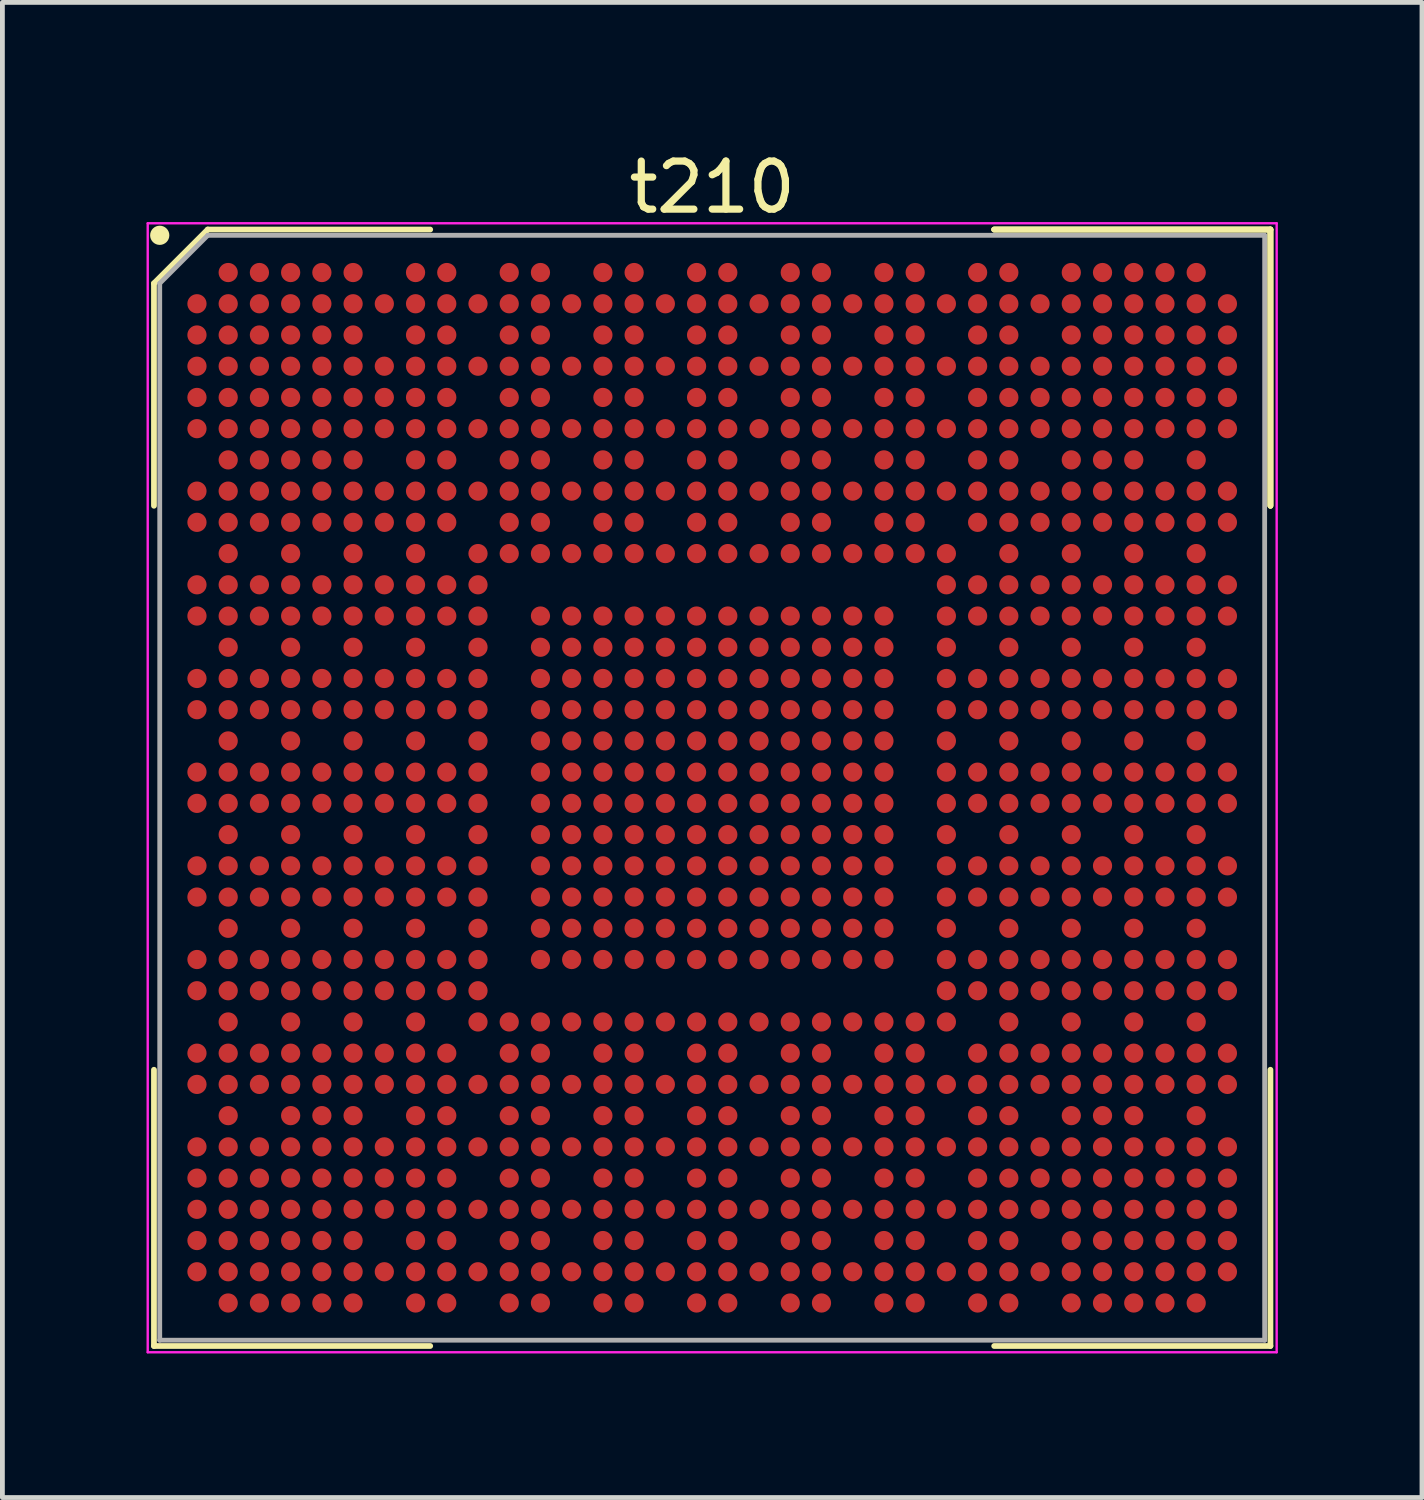
<source format=kicad_pcb>
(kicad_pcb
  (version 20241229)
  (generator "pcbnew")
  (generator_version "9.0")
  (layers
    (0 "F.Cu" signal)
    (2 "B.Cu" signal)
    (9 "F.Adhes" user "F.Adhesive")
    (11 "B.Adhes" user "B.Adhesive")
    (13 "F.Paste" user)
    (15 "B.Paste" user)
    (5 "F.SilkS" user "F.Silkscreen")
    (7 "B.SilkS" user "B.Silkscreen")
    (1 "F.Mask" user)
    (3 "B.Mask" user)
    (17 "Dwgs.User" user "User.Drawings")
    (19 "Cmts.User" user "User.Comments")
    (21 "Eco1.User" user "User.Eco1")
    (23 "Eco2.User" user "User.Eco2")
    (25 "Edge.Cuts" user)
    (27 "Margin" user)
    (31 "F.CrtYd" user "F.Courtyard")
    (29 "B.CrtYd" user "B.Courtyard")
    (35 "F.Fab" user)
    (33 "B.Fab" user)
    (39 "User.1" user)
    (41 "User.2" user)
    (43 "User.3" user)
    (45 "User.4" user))
  (footprint "t210"
    (layer "F.Cu")
    (at 11.775 13.348)
    (property "Reference" "t210" (at 0 -12.5 0) (layer "F.SilkS") (effects (font (size 1 1) (thickness 0.15))))
    (attr smd)
    (fp_line (start -11.62 -10.5) (end -11.62 -5.87) (stroke (width 0.12) (type solid)) (layer "F.SilkS"))
    (fp_line (start -11.62 11.62) (end -11.62 5.87) (stroke (width 0.12) (type solid)) (layer "F.SilkS"))
    (fp_line (start -10.5 -11.62) (end -11.62 -10.5) (stroke (width 0.12) (type solid)) (layer "F.SilkS"))
    (fp_line (start -5.87 -11.62) (end -10.5 -11.62) (stroke (width 0.12) (type solid)) (layer "F.SilkS"))
    (fp_line (start -5.87 11.62) (end -11.62 11.62) (stroke (width 0.12) (type solid)) (layer "F.SilkS"))
    (fp_line (start 5.87 -11.62) (end 11.62 -11.62) (stroke (width 0.12) (type solid)) (layer "F.SilkS"))
    (fp_line (start 5.87 -11.62) (end 11.62 -11.62) (stroke (width 0.12) (type solid)) (layer "F.SilkS"))
    (fp_line (start 5.87 -11.62) (end 11.62 -11.62) (stroke (width 0.12) (type solid)) (layer "F.SilkS"))
    (fp_line (start 5.87 11.62) (end 11.62 11.62) (stroke (width 0.12) (type solid)) (layer "F.SilkS"))
    (fp_line (start 11.62 -11.62) (end 11.62 -5.87) (stroke (width 0.12) (type solid)) (layer "F.SilkS"))
    (fp_line (start 11.62 -11.62) (end 11.62 -5.87) (stroke (width 0.12) (type solid)) (layer "F.SilkS"))
    (fp_line (start 11.62 -11.62) (end 11.62 -5.87) (stroke (width 0.12) (type solid)) (layer "F.SilkS"))
    (fp_line (start 11.62 11.62) (end 11.62 5.87) (stroke (width 0.12) (type solid)) (layer "F.SilkS"))
    (fp_circle (center -11.5 -11.5) (end -11.5 -11.4) (stroke (width 0.2) (type solid)) (fill no) (layer "F.SilkS"))
    (fp_line (start -11.75 -11.75) (end 11.75 -11.75) (stroke (width 0.05) (type solid)) (layer "F.CrtYd"))
    (fp_line (start -11.75 11.75) (end -11.75 -11.75) (stroke (width 0.05) (type solid)) (layer "F.CrtYd"))
    (fp_line (start 11.75 -11.75) (end 11.75 11.75) (stroke (width 0.05) (type solid)) (layer "F.CrtYd"))
    (fp_line (start 11.75 11.75) (end -11.75 11.75) (stroke (width 0.05) (type solid)) (layer "F.CrtYd"))
    (fp_line (start -11.5 -10.5) (end -11.5 11.5) (stroke (width 0.1) (type solid)) (layer "F.Fab"))
    (fp_line (start -11.5 11.5) (end 11.5 11.5) (stroke (width 0.1) (type solid)) (layer "F.Fab"))
    (fp_line (start -10.5 -11.5) (end -11.5 -10.5) (stroke (width 0.1) (type solid)) (layer "F.Fab"))
    (fp_line (start 11.5 -11.5) (end -10.5 -11.5) (stroke (width 0.1) (type solid)) (layer "F.Fab"))
    (fp_line (start 11.5 11.5) (end 11.5 -11.5) (stroke (width 0.1) (type solid)) (layer "F.Fab"))
    (pad "A2" smd circle (at -10.075 -10.725) (size 0.4 0.4) (layers "F.Cu" "F.Mask" "F.Paste"))
    (pad "A3" smd circle (at -9.425 -10.725) (size 0.4 0.4) (layers "F.Cu" "F.Mask" "F.Paste"))
    (pad "A4" smd circle (at -8.775 -10.725) (size 0.4 0.4) (layers "F.Cu" "F.Mask" "F.Paste"))
    (pad "A5" smd circle (at -8.125 -10.725) (size 0.4 0.4) (layers "F.Cu" "F.Mask" "F.Paste"))
    (pad "A6" smd circle (at -7.475 -10.725) (size 0.4 0.4) (layers "F.Cu" "F.Mask" "F.Paste"))
    (pad "A8" smd circle (at -6.175 -10.725) (size 0.4 0.4) (layers "F.Cu" "F.Mask" "F.Paste"))
    (pad "A9" smd circle (at -5.525 -10.725) (size 0.4 0.4) (layers "F.Cu" "F.Mask" "F.Paste"))
    (pad "A11" smd circle (at -4.225 -10.725) (size 0.4 0.4) (layers "F.Cu" "F.Mask" "F.Paste"))
    (pad "A12" smd circle (at -3.575 -10.725) (size 0.4 0.4) (layers "F.Cu" "F.Mask" "F.Paste"))
    (pad "A14" smd circle (at -2.275 -10.725) (size 0.4 0.4) (layers "F.Cu" "F.Mask" "F.Paste"))
    (pad "A15" smd circle (at -1.625 -10.725) (size 0.4 0.4) (layers "F.Cu" "F.Mask" "F.Paste"))
    (pad "A17" smd circle (at -0.325 -10.725) (size 0.4 0.4) (layers "F.Cu" "F.Mask" "F.Paste"))
    (pad "A18" smd circle (at 0.325 -10.725) (size 0.4 0.4) (layers "F.Cu" "F.Mask" "F.Paste"))
    (pad "A20" smd circle (at 1.625 -10.725) (size 0.4 0.4) (layers "F.Cu" "F.Mask" "F.Paste"))
    (pad "A21" smd circle (at 2.275 -10.725) (size 0.4 0.4) (layers "F.Cu" "F.Mask" "F.Paste"))
    (pad "A23" smd circle (at 3.575 -10.725) (size 0.4 0.4) (layers "F.Cu" "F.Mask" "F.Paste"))
    (pad "A24" smd circle (at 4.225 -10.725) (size 0.4 0.4) (layers "F.Cu" "F.Mask" "F.Paste"))
    (pad "A26" smd circle (at 5.525 -10.725) (size 0.4 0.4) (layers "F.Cu" "F.Mask" "F.Paste"))
    (pad "A27" smd circle (at 6.175 -10.725) (size 0.4 0.4) (layers "F.Cu" "F.Mask" "F.Paste"))
    (pad "A29" smd circle (at 7.475 -10.725) (size 0.4 0.4) (layers "F.Cu" "F.Mask" "F.Paste"))
    (pad "A30" smd circle (at 8.125 -10.725) (size 0.4 0.4) (layers "F.Cu" "F.Mask" "F.Paste"))
    (pad "A31" smd circle (at 8.775 -10.725) (size 0.4 0.4) (layers "F.Cu" "F.Mask" "F.Paste"))
    (pad "A32" smd circle (at 9.425 -10.725) (size 0.4 0.4) (layers "F.Cu" "F.Mask" "F.Paste"))
    (pad "A33" smd circle (at 10.075 -10.725) (size 0.4 0.4) (layers "F.Cu" "F.Mask" "F.Paste"))
    (pad "AA1" smd circle (at -10.725 2.275) (size 0.4 0.4) (layers "F.Cu" "F.Mask" "F.Paste"))
    (pad "AA2" smd circle (at -10.075 2.275) (size 0.4 0.4) (layers "F.Cu" "F.Mask" "F.Paste"))
    (pad "AA3" smd circle (at -9.425 2.275) (size 0.4 0.4) (layers "F.Cu" "F.Mask" "F.Paste"))
    (pad "AA4" smd circle (at -8.775 2.275) (size 0.4 0.4) (layers "F.Cu" "F.Mask" "F.Paste"))
    (pad "AA5" smd circle (at -8.125 2.275) (size 0.4 0.4) (layers "F.Cu" "F.Mask" "F.Paste"))
    (pad "AA6" smd circle (at -7.475 2.275) (size 0.4 0.4) (layers "F.Cu" "F.Mask" "F.Paste"))
    (pad "AA7" smd circle (at -6.825 2.275) (size 0.4 0.4) (layers "F.Cu" "F.Mask" "F.Paste"))
    (pad "AA8" smd circle (at -6.175 2.275) (size 0.4 0.4) (layers "F.Cu" "F.Mask" "F.Paste"))
    (pad "AA9" smd circle (at -5.525 2.275) (size 0.4 0.4) (layers "F.Cu" "F.Mask" "F.Paste"))
    (pad "AA10" smd circle (at -4.875 2.275) (size 0.4 0.4) (layers "F.Cu" "F.Mask" "F.Paste"))
    (pad "AA12" smd circle (at -3.575 2.275) (size 0.4 0.4) (layers "F.Cu" "F.Mask" "F.Paste"))
    (pad "AA13" smd circle (at -2.925 2.275) (size 0.4 0.4) (layers "F.Cu" "F.Mask" "F.Paste"))
    (pad "AA14" smd circle (at -2.275 2.275) (size 0.4 0.4) (layers "F.Cu" "F.Mask" "F.Paste"))
    (pad "AA15" smd circle (at -1.625 2.275) (size 0.4 0.4) (layers "F.Cu" "F.Mask" "F.Paste"))
    (pad "AA16" smd circle (at -0.975 2.275) (size 0.4 0.4) (layers "F.Cu" "F.Mask" "F.Paste"))
    (pad "AA17" smd circle (at -0.325 2.275) (size 0.4 0.4) (layers "F.Cu" "F.Mask" "F.Paste"))
    (pad "AA18" smd circle (at 0.325 2.275) (size 0.4 0.4) (layers "F.Cu" "F.Mask" "F.Paste"))
    (pad "AA19" smd circle (at 0.975 2.275) (size 0.4 0.4) (layers "F.Cu" "F.Mask" "F.Paste"))
    (pad "AA20" smd circle (at 1.625 2.275) (size 0.4 0.4) (layers "F.Cu" "F.Mask" "F.Paste"))
    (pad "AA21" smd circle (at 2.275 2.275) (size 0.4 0.4) (layers "F.Cu" "F.Mask" "F.Paste"))
    (pad "AA22" smd circle (at 2.925 2.275) (size 0.4 0.4) (layers "F.Cu" "F.Mask" "F.Paste"))
    (pad "AA23" smd circle (at 3.575 2.275) (size 0.4 0.4) (layers "F.Cu" "F.Mask" "F.Paste"))
    (pad "AA25" smd circle (at 4.875 2.275) (size 0.4 0.4) (layers "F.Cu" "F.Mask" "F.Paste"))
    (pad "AA26" smd circle (at 5.525 2.275) (size 0.4 0.4) (layers "F.Cu" "F.Mask" "F.Paste"))
    (pad "AA27" smd circle (at 6.175 2.275) (size 0.4 0.4) (layers "F.Cu" "F.Mask" "F.Paste"))
    (pad "AA28" smd circle (at 6.825 2.275) (size 0.4 0.4) (layers "F.Cu" "F.Mask" "F.Paste"))
    (pad "AA29" smd circle (at 7.475 2.275) (size 0.4 0.4) (layers "F.Cu" "F.Mask" "F.Paste"))
    (pad "AA30" smd circle (at 8.125 2.275) (size 0.4 0.4) (layers "F.Cu" "F.Mask" "F.Paste"))
    (pad "AA31" smd circle (at 8.775 2.275) (size 0.4 0.4) (layers "F.Cu" "F.Mask" "F.Paste"))
    (pad "AA32" smd circle (at 9.425 2.275) (size 0.4 0.4) (layers "F.Cu" "F.Mask" "F.Paste"))
    (pad "AA33" smd circle (at 10.075 2.275) (size 0.4 0.4) (layers "F.Cu" "F.Mask" "F.Paste"))
    (pad "AA34" smd circle (at 10.725 2.275) (size 0.4 0.4) (layers "F.Cu" "F.Mask" "F.Paste"))
    (pad "AB2" smd circle (at -10.075 2.925) (size 0.4 0.4) (layers "F.Cu" "F.Mask" "F.Paste"))
    (pad "AB4" smd circle (at -8.775 2.925) (size 0.4 0.4) (layers "F.Cu" "F.Mask" "F.Paste"))
    (pad "AB6" smd circle (at -7.475 2.925) (size 0.4 0.4) (layers "F.Cu" "F.Mask" "F.Paste"))
    (pad "AB8" smd circle (at -6.175 2.925) (size 0.4 0.4) (layers "F.Cu" "F.Mask" "F.Paste"))
    (pad "AB10" smd circle (at -4.875 2.925) (size 0.4 0.4) (layers "F.Cu" "F.Mask" "F.Paste"))
    (pad "AB12" smd circle (at -3.575 2.925) (size 0.4 0.4) (layers "F.Cu" "F.Mask" "F.Paste"))
    (pad "AB13" smd circle (at -2.925 2.925) (size 0.4 0.4) (layers "F.Cu" "F.Mask" "F.Paste"))
    (pad "AB14" smd circle (at -2.275 2.925) (size 0.4 0.4) (layers "F.Cu" "F.Mask" "F.Paste"))
    (pad "AB15" smd circle (at -1.625 2.925) (size 0.4 0.4) (layers "F.Cu" "F.Mask" "F.Paste"))
    (pad "AB16" smd circle (at -0.975 2.925) (size 0.4 0.4) (layers "F.Cu" "F.Mask" "F.Paste"))
    (pad "AB17" smd circle (at -0.325 2.925) (size 0.4 0.4) (layers "F.Cu" "F.Mask" "F.Paste"))
    (pad "AB18" smd circle (at 0.325 2.925) (size 0.4 0.4) (layers "F.Cu" "F.Mask" "F.Paste"))
    (pad "AB19" smd circle (at 0.975 2.925) (size 0.4 0.4) (layers "F.Cu" "F.Mask" "F.Paste"))
    (pad "AB20" smd circle (at 1.625 2.925) (size 0.4 0.4) (layers "F.Cu" "F.Mask" "F.Paste"))
    (pad "AB21" smd circle (at 2.275 2.925) (size 0.4 0.4) (layers "F.Cu" "F.Mask" "F.Paste"))
    (pad "AB22" smd circle (at 2.925 2.925) (size 0.4 0.4) (layers "F.Cu" "F.Mask" "F.Paste"))
    (pad "AB23" smd circle (at 3.575 2.925) (size 0.4 0.4) (layers "F.Cu" "F.Mask" "F.Paste"))
    (pad "AB25" smd circle (at 4.875 2.925) (size 0.4 0.4) (layers "F.Cu" "F.Mask" "F.Paste"))
    (pad "AB27" smd circle (at 6.175 2.925) (size 0.4 0.4) (layers "F.Cu" "F.Mask" "F.Paste"))
    (pad "AB29" smd circle (at 7.475 2.925) (size 0.4 0.4) (layers "F.Cu" "F.Mask" "F.Paste"))
    (pad "AB31" smd circle (at 8.775 2.925) (size 0.4 0.4) (layers "F.Cu" "F.Mask" "F.Paste"))
    (pad "AB33" smd circle (at 10.075 2.925) (size 0.4 0.4) (layers "F.Cu" "F.Mask" "F.Paste"))
    (pad "AC1" smd circle (at -10.725 3.575) (size 0.4 0.4) (layers "F.Cu" "F.Mask" "F.Paste"))
    (pad "AC2" smd circle (at -10.075 3.575) (size 0.4 0.4) (layers "F.Cu" "F.Mask" "F.Paste"))
    (pad "AC3" smd circle (at -9.425 3.575) (size 0.4 0.4) (layers "F.Cu" "F.Mask" "F.Paste"))
    (pad "AC4" smd circle (at -8.775 3.575) (size 0.4 0.4) (layers "F.Cu" "F.Mask" "F.Paste"))
    (pad "AC5" smd circle (at -8.125 3.575) (size 0.4 0.4) (layers "F.Cu" "F.Mask" "F.Paste"))
    (pad "AC6" smd circle (at -7.475 3.575) (size 0.4 0.4) (layers "F.Cu" "F.Mask" "F.Paste"))
    (pad "AC7" smd circle (at -6.825 3.575) (size 0.4 0.4) (layers "F.Cu" "F.Mask" "F.Paste"))
    (pad "AC8" smd circle (at -6.175 3.575) (size 0.4 0.4) (layers "F.Cu" "F.Mask" "F.Paste"))
    (pad "AC9" smd circle (at -5.525 3.575) (size 0.4 0.4) (layers "F.Cu" "F.Mask" "F.Paste"))
    (pad "AC10" smd circle (at -4.875 3.575) (size 0.4 0.4) (layers "F.Cu" "F.Mask" "F.Paste"))
    (pad "AC12" smd circle (at -3.575 3.575) (size 0.4 0.4) (layers "F.Cu" "F.Mask" "F.Paste"))
    (pad "AC13" smd circle (at -2.925 3.575) (size 0.4 0.4) (layers "F.Cu" "F.Mask" "F.Paste"))
    (pad "AC14" smd circle (at -2.275 3.575) (size 0.4 0.4) (layers "F.Cu" "F.Mask" "F.Paste"))
    (pad "AC15" smd circle (at -1.625 3.575) (size 0.4 0.4) (layers "F.Cu" "F.Mask" "F.Paste"))
    (pad "AC16" smd circle (at -0.975 3.575) (size 0.4 0.4) (layers "F.Cu" "F.Mask" "F.Paste"))
    (pad "AC17" smd circle (at -0.325 3.575) (size 0.4 0.4) (layers "F.Cu" "F.Mask" "F.Paste"))
    (pad "AC18" smd circle (at 0.325 3.575) (size 0.4 0.4) (layers "F.Cu" "F.Mask" "F.Paste"))
    (pad "AC19" smd circle (at 0.975 3.575) (size 0.4 0.4) (layers "F.Cu" "F.Mask" "F.Paste"))
    (pad "AC20" smd circle (at 1.625 3.575) (size 0.4 0.4) (layers "F.Cu" "F.Mask" "F.Paste"))
    (pad "AC21" smd circle (at 2.275 3.575) (size 0.4 0.4) (layers "F.Cu" "F.Mask" "F.Paste"))
    (pad "AC22" smd circle (at 2.925 3.575) (size 0.4 0.4) (layers "F.Cu" "F.Mask" "F.Paste"))
    (pad "AC23" smd circle (at 3.575 3.575) (size 0.4 0.4) (layers "F.Cu" "F.Mask" "F.Paste"))
    (pad "AC25" smd circle (at 4.875 3.575) (size 0.4 0.4) (layers "F.Cu" "F.Mask" "F.Paste"))
    (pad "AC26" smd circle (at 5.525 3.575) (size 0.4 0.4) (layers "F.Cu" "F.Mask" "F.Paste"))
    (pad "AC27" smd circle (at 6.175 3.575) (size 0.4 0.4) (layers "F.Cu" "F.Mask" "F.Paste"))
    (pad "AC28" smd circle (at 6.825 3.575) (size 0.4 0.4) (layers "F.Cu" "F.Mask" "F.Paste"))
    (pad "AC29" smd circle (at 7.475 3.575) (size 0.4 0.4) (layers "F.Cu" "F.Mask" "F.Paste"))
    (pad "AC30" smd circle (at 8.125 3.575) (size 0.4 0.4) (layers "F.Cu" "F.Mask" "F.Paste"))
    (pad "AC31" smd circle (at 8.775 3.575) (size 0.4 0.4) (layers "F.Cu" "F.Mask" "F.Paste"))
    (pad "AC32" smd circle (at 9.425 3.575) (size 0.4 0.4) (layers "F.Cu" "F.Mask" "F.Paste"))
    (pad "AC33" smd circle (at 10.075 3.575) (size 0.4 0.4) (layers "F.Cu" "F.Mask" "F.Paste"))
    (pad "AC34" smd circle (at 10.725 3.575) (size 0.4 0.4) (layers "F.Cu" "F.Mask" "F.Paste"))
    (pad "AD1" smd circle (at -10.725 4.225) (size 0.4 0.4) (layers "F.Cu" "F.Mask" "F.Paste"))
    (pad "AD2" smd circle (at -10.075 4.225) (size 0.4 0.4) (layers "F.Cu" "F.Mask" "F.Paste"))
    (pad "AD3" smd circle (at -9.425 4.225) (size 0.4 0.4) (layers "F.Cu" "F.Mask" "F.Paste"))
    (pad "AD4" smd circle (at -8.775 4.225) (size 0.4 0.4) (layers "F.Cu" "F.Mask" "F.Paste"))
    (pad "AD5" smd circle (at -8.125 4.225) (size 0.4 0.4) (layers "F.Cu" "F.Mask" "F.Paste"))
    (pad "AD6" smd circle (at -7.475 4.225) (size 0.4 0.4) (layers "F.Cu" "F.Mask" "F.Paste"))
    (pad "AD7" smd circle (at -6.825 4.225) (size 0.4 0.4) (layers "F.Cu" "F.Mask" "F.Paste"))
    (pad "AD8" smd circle (at -6.175 4.225) (size 0.4 0.4) (layers "F.Cu" "F.Mask" "F.Paste"))
    (pad "AD9" smd circle (at -5.525 4.225) (size 0.4 0.4) (layers "F.Cu" "F.Mask" "F.Paste"))
    (pad "AD10" smd circle (at -4.875 4.225) (size 0.4 0.4) (layers "F.Cu" "F.Mask" "F.Paste"))
    (pad "AD25" smd circle (at 4.875 4.225) (size 0.4 0.4) (layers "F.Cu" "F.Mask" "F.Paste"))
    (pad "AD26" smd circle (at 5.525 4.225) (size 0.4 0.4) (layers "F.Cu" "F.Mask" "F.Paste"))
    (pad "AD27" smd circle (at 6.175 4.225) (size 0.4 0.4) (layers "F.Cu" "F.Mask" "F.Paste"))
    (pad "AD28" smd circle (at 6.825 4.225) (size 0.4 0.4) (layers "F.Cu" "F.Mask" "F.Paste"))
    (pad "AD29" smd circle (at 7.475 4.225) (size 0.4 0.4) (layers "F.Cu" "F.Mask" "F.Paste"))
    (pad "AD30" smd circle (at 8.125 4.225) (size 0.4 0.4) (layers "F.Cu" "F.Mask" "F.Paste"))
    (pad "AD31" smd circle (at 8.775 4.225) (size 0.4 0.4) (layers "F.Cu" "F.Mask" "F.Paste"))
    (pad "AD32" smd circle (at 9.425 4.225) (size 0.4 0.4) (layers "F.Cu" "F.Mask" "F.Paste"))
    (pad "AD33" smd circle (at 10.075 4.225) (size 0.4 0.4) (layers "F.Cu" "F.Mask" "F.Paste"))
    (pad "AD34" smd circle (at 10.725 4.225) (size 0.4 0.4) (layers "F.Cu" "F.Mask" "F.Paste"))
    (pad "AE2" smd circle (at -10.075 4.875) (size 0.4 0.4) (layers "F.Cu" "F.Mask" "F.Paste"))
    (pad "AE4" smd circle (at -8.775 4.875) (size 0.4 0.4) (layers "F.Cu" "F.Mask" "F.Paste"))
    (pad "AE6" smd circle (at -7.475 4.875) (size 0.4 0.4) (layers "F.Cu" "F.Mask" "F.Paste"))
    (pad "AE8" smd circle (at -6.175 4.875) (size 0.4 0.4) (layers "F.Cu" "F.Mask" "F.Paste"))
    (pad "AE10" smd circle (at -4.875 4.875) (size 0.4 0.4) (layers "F.Cu" "F.Mask" "F.Paste"))
    (pad "AE11" smd circle (at -4.225 4.875) (size 0.4 0.4) (layers "F.Cu" "F.Mask" "F.Paste"))
    (pad "AE12" smd circle (at -3.575 4.875) (size 0.4 0.4) (layers "F.Cu" "F.Mask" "F.Paste"))
    (pad "AE13" smd circle (at -2.925 4.875) (size 0.4 0.4) (layers "F.Cu" "F.Mask" "F.Paste"))
    (pad "AE14" smd circle (at -2.275 4.875) (size 0.4 0.4) (layers "F.Cu" "F.Mask" "F.Paste"))
    (pad "AE15" smd circle (at -1.625 4.875) (size 0.4 0.4) (layers "F.Cu" "F.Mask" "F.Paste"))
    (pad "AE16" smd circle (at -0.975 4.875) (size 0.4 0.4) (layers "F.Cu" "F.Mask" "F.Paste"))
    (pad "AE17" smd circle (at -0.325 4.875) (size 0.4 0.4) (layers "F.Cu" "F.Mask" "F.Paste"))
    (pad "AE18" smd circle (at 0.325 4.875) (size 0.4 0.4) (layers "F.Cu" "F.Mask" "F.Paste"))
    (pad "AE19" smd circle (at 0.975 4.875) (size 0.4 0.4) (layers "F.Cu" "F.Mask" "F.Paste"))
    (pad "AE20" smd circle (at 1.625 4.875) (size 0.4 0.4) (layers "F.Cu" "F.Mask" "F.Paste"))
    (pad "AE21" smd circle (at 2.275 4.875) (size 0.4 0.4) (layers "F.Cu" "F.Mask" "F.Paste"))
    (pad "AE22" smd circle (at 2.925 4.875) (size 0.4 0.4) (layers "F.Cu" "F.Mask" "F.Paste"))
    (pad "AE23" smd circle (at 3.575 4.875) (size 0.4 0.4) (layers "F.Cu" "F.Mask" "F.Paste"))
    (pad "AE24" smd circle (at 4.225 4.875) (size 0.4 0.4) (layers "F.Cu" "F.Mask" "F.Paste"))
    (pad "AE25" smd circle (at 4.875 4.875) (size 0.4 0.4) (layers "F.Cu" "F.Mask" "F.Paste"))
    (pad "AE27" smd circle (at 6.175 4.875) (size 0.4 0.4) (layers "F.Cu" "F.Mask" "F.Paste"))
    (pad "AE29" smd circle (at 7.475 4.875) (size 0.4 0.4) (layers "F.Cu" "F.Mask" "F.Paste"))
    (pad "AE31" smd circle (at 8.775 4.875) (size 0.4 0.4) (layers "F.Cu" "F.Mask" "F.Paste"))
    (pad "AE33" smd circle (at 10.075 4.875) (size 0.4 0.4) (layers "F.Cu" "F.Mask" "F.Paste"))
    (pad "AF1" smd circle (at -10.725 5.525) (size 0.4 0.4) (layers "F.Cu" "F.Mask" "F.Paste"))
    (pad "AF2" smd circle (at -10.075 5.525) (size 0.4 0.4) (layers "F.Cu" "F.Mask" "F.Paste"))
    (pad "AF3" smd circle (at -9.425 5.525) (size 0.4 0.4) (layers "F.Cu" "F.Mask" "F.Paste"))
    (pad "AF4" smd circle (at -8.775 5.525) (size 0.4 0.4) (layers "F.Cu" "F.Mask" "F.Paste"))
    (pad "AF5" smd circle (at -8.125 5.525) (size 0.4 0.4) (layers "F.Cu" "F.Mask" "F.Paste"))
    (pad "AF6" smd circle (at -7.475 5.525) (size 0.4 0.4) (layers "F.Cu" "F.Mask" "F.Paste"))
    (pad "AF7" smd circle (at -6.825 5.525) (size 0.4 0.4) (layers "F.Cu" "F.Mask" "F.Paste"))
    (pad "AF8" smd circle (at -6.175 5.525) (size 0.4 0.4) (layers "F.Cu" "F.Mask" "F.Paste"))
    (pad "AF9" smd circle (at -5.525 5.525) (size 0.4 0.4) (layers "F.Cu" "F.Mask" "F.Paste"))
    (pad "AF11" smd circle (at -4.225 5.525) (size 0.4 0.4) (layers "F.Cu" "F.Mask" "F.Paste"))
    (pad "AF12" smd circle (at -3.575 5.525) (size 0.4 0.4) (layers "F.Cu" "F.Mask" "F.Paste"))
    (pad "AF14" smd circle (at -2.275 5.525) (size 0.4 0.4) (layers "F.Cu" "F.Mask" "F.Paste"))
    (pad "AF15" smd circle (at -1.625 5.525) (size 0.4 0.4) (layers "F.Cu" "F.Mask" "F.Paste"))
    (pad "AF17" smd circle (at -0.325 5.525) (size 0.4 0.4) (layers "F.Cu" "F.Mask" "F.Paste"))
    (pad "AF18" smd circle (at 0.325 5.525) (size 0.4 0.4) (layers "F.Cu" "F.Mask" "F.Paste"))
    (pad "AF20" smd circle (at 1.625 5.525) (size 0.4 0.4) (layers "F.Cu" "F.Mask" "F.Paste"))
    (pad "AF21" smd circle (at 2.275 5.525) (size 0.4 0.4) (layers "F.Cu" "F.Mask" "F.Paste"))
    (pad "AF23" smd circle (at 3.575 5.525) (size 0.4 0.4) (layers "F.Cu" "F.Mask" "F.Paste"))
    (pad "AF24" smd circle (at 4.225 5.525) (size 0.4 0.4) (layers "F.Cu" "F.Mask" "F.Paste"))
    (pad "AF26" smd circle (at 5.525 5.525) (size 0.4 0.4) (layers "F.Cu" "F.Mask" "F.Paste"))
    (pad "AF27" smd circle (at 6.175 5.525) (size 0.4 0.4) (layers "F.Cu" "F.Mask" "F.Paste"))
    (pad "AF28" smd circle (at 6.825 5.525) (size 0.4 0.4) (layers "F.Cu" "F.Mask" "F.Paste"))
    (pad "AF29" smd circle (at 7.475 5.525) (size 0.4 0.4) (layers "F.Cu" "F.Mask" "F.Paste"))
    (pad "AF30" smd circle (at 8.125 5.525) (size 0.4 0.4) (layers "F.Cu" "F.Mask" "F.Paste"))
    (pad "AF31" smd circle (at 8.775 5.525) (size 0.4 0.4) (layers "F.Cu" "F.Mask" "F.Paste"))
    (pad "AF32" smd circle (at 9.425 5.525) (size 0.4 0.4) (layers "F.Cu" "F.Mask" "F.Paste"))
    (pad "AF33" smd circle (at 10.075 5.525) (size 0.4 0.4) (layers "F.Cu" "F.Mask" "F.Paste"))
    (pad "AF34" smd circle (at 10.725 5.525) (size 0.4 0.4) (layers "F.Cu" "F.Mask" "F.Paste"))
    (pad "AG1" smd circle (at -10.725 6.175) (size 0.4 0.4) (layers "F.Cu" "F.Mask" "F.Paste"))
    (pad "AG2" smd circle (at -10.075 6.175) (size 0.4 0.4) (layers "F.Cu" "F.Mask" "F.Paste"))
    (pad "AG3" smd circle (at -9.425 6.175) (size 0.4 0.4) (layers "F.Cu" "F.Mask" "F.Paste"))
    (pad "AG4" smd circle (at -8.775 6.175) (size 0.4 0.4) (layers "F.Cu" "F.Mask" "F.Paste"))
    (pad "AG5" smd circle (at -8.125 6.175) (size 0.4 0.4) (layers "F.Cu" "F.Mask" "F.Paste"))
    (pad "AG6" smd circle (at -7.475 6.175) (size 0.4 0.4) (layers "F.Cu" "F.Mask" "F.Paste"))
    (pad "AG7" smd circle (at -6.825 6.175) (size 0.4 0.4) (layers "F.Cu" "F.Mask" "F.Paste"))
    (pad "AG8" smd circle (at -6.175 6.175) (size 0.4 0.4) (layers "F.Cu" "F.Mask" "F.Paste"))
    (pad "AG9" smd circle (at -5.525 6.175) (size 0.4 0.4) (layers "F.Cu" "F.Mask" "F.Paste"))
    (pad "AG10" smd circle (at -4.875 6.175) (size 0.4 0.4) (layers "F.Cu" "F.Mask" "F.Paste"))
    (pad "AG11" smd circle (at -4.225 6.175) (size 0.4 0.4) (layers "F.Cu" "F.Mask" "F.Paste"))
    (pad "AG12" smd circle (at -3.575 6.175) (size 0.4 0.4) (layers "F.Cu" "F.Mask" "F.Paste"))
    (pad "AG13" smd circle (at -2.925 6.175) (size 0.4 0.4) (layers "F.Cu" "F.Mask" "F.Paste"))
    (pad "AG14" smd circle (at -2.275 6.175) (size 0.4 0.4) (layers "F.Cu" "F.Mask" "F.Paste"))
    (pad "AG15" smd circle (at -1.625 6.175) (size 0.4 0.4) (layers "F.Cu" "F.Mask" "F.Paste"))
    (pad "AG16" smd circle (at -0.975 6.175) (size 0.4 0.4) (layers "F.Cu" "F.Mask" "F.Paste"))
    (pad "AG17" smd circle (at -0.325 6.175) (size 0.4 0.4) (layers "F.Cu" "F.Mask" "F.Paste"))
    (pad "AG18" smd circle (at 0.325 6.175) (size 0.4 0.4) (layers "F.Cu" "F.Mask" "F.Paste"))
    (pad "AG19" smd circle (at 0.975 6.175) (size 0.4 0.4) (layers "F.Cu" "F.Mask" "F.Paste"))
    (pad "AG20" smd circle (at 1.625 6.175) (size 0.4 0.4) (layers "F.Cu" "F.Mask" "F.Paste"))
    (pad "AG21" smd circle (at 2.275 6.175) (size 0.4 0.4) (layers "F.Cu" "F.Mask" "F.Paste"))
    (pad "AG22" smd circle (at 2.925 6.175) (size 0.4 0.4) (layers "F.Cu" "F.Mask" "F.Paste"))
    (pad "AG23" smd circle (at 3.575 6.175) (size 0.4 0.4) (layers "F.Cu" "F.Mask" "F.Paste"))
    (pad "AG24" smd circle (at 4.225 6.175) (size 0.4 0.4) (layers "F.Cu" "F.Mask" "F.Paste"))
    (pad "AG25" smd circle (at 4.875 6.175) (size 0.4 0.4) (layers "F.Cu" "F.Mask" "F.Paste"))
    (pad "AG26" smd circle (at 5.525 6.175) (size 0.4 0.4) (layers "F.Cu" "F.Mask" "F.Paste"))
    (pad "AG27" smd circle (at 6.175 6.175) (size 0.4 0.4) (layers "F.Cu" "F.Mask" "F.Paste"))
    (pad "AG28" smd circle (at 6.825 6.175) (size 0.4 0.4) (layers "F.Cu" "F.Mask" "F.Paste"))
    (pad "AG29" smd circle (at 7.475 6.175) (size 0.4 0.4) (layers "F.Cu" "F.Mask" "F.Paste"))
    (pad "AG30" smd circle (at 8.125 6.175) (size 0.4 0.4) (layers "F.Cu" "F.Mask" "F.Paste"))
    (pad "AG31" smd circle (at 8.775 6.175) (size 0.4 0.4) (layers "F.Cu" "F.Mask" "F.Paste"))
    (pad "AG32" smd circle (at 9.425 6.175) (size 0.4 0.4) (layers "F.Cu" "F.Mask" "F.Paste"))
    (pad "AG33" smd circle (at 10.075 6.175) (size 0.4 0.4) (layers "F.Cu" "F.Mask" "F.Paste"))
    (pad "AG34" smd circle (at 10.725 6.175) (size 0.4 0.4) (layers "F.Cu" "F.Mask" "F.Paste"))
    (pad "AH2" smd circle (at -10.075 6.825) (size 0.4 0.4) (layers "F.Cu" "F.Mask" "F.Paste"))
    (pad "AH4" smd circle (at -8.775 6.825) (size 0.4 0.4) (layers "F.Cu" "F.Mask" "F.Paste"))
    (pad "AH5" smd circle (at -8.125 6.825) (size 0.4 0.4) (layers "F.Cu" "F.Mask" "F.Paste"))
    (pad "AH6" smd circle (at -7.475 6.825) (size 0.4 0.4) (layers "F.Cu" "F.Mask" "F.Paste"))
    (pad "AH8" smd circle (at -6.175 6.825) (size 0.4 0.4) (layers "F.Cu" "F.Mask" "F.Paste"))
    (pad "AH9" smd circle (at -5.525 6.825) (size 0.4 0.4) (layers "F.Cu" "F.Mask" "F.Paste"))
    (pad "AH11" smd circle (at -4.225 6.825) (size 0.4 0.4) (layers "F.Cu" "F.Mask" "F.Paste"))
    (pad "AH12" smd circle (at -3.575 6.825) (size 0.4 0.4) (layers "F.Cu" "F.Mask" "F.Paste"))
    (pad "AH14" smd circle (at -2.275 6.825) (size 0.4 0.4) (layers "F.Cu" "F.Mask" "F.Paste"))
    (pad "AH15" smd circle (at -1.625 6.825) (size 0.4 0.4) (layers "F.Cu" "F.Mask" "F.Paste"))
    (pad "AH17" smd circle (at -0.325 6.825) (size 0.4 0.4) (layers "F.Cu" "F.Mask" "F.Paste"))
    (pad "AH18" smd circle (at 0.325 6.825) (size 0.4 0.4) (layers "F.Cu" "F.Mask" "F.Paste"))
    (pad "AH20" smd circle (at 1.625 6.825) (size 0.4 0.4) (layers "F.Cu" "F.Mask" "F.Paste"))
    (pad "AH21" smd circle (at 2.275 6.825) (size 0.4 0.4) (layers "F.Cu" "F.Mask" "F.Paste"))
    (pad "AH23" smd circle (at 3.575 6.825) (size 0.4 0.4) (layers "F.Cu" "F.Mask" "F.Paste"))
    (pad "AH24" smd circle (at 4.225 6.825) (size 0.4 0.4) (layers "F.Cu" "F.Mask" "F.Paste"))
    (pad "AH26" smd circle (at 5.525 6.825) (size 0.4 0.4) (layers "F.Cu" "F.Mask" "F.Paste"))
    (pad "AH27" smd circle (at 6.175 6.825) (size 0.4 0.4) (layers "F.Cu" "F.Mask" "F.Paste"))
    (pad "AH29" smd circle (at 7.475 6.825) (size 0.4 0.4) (layers "F.Cu" "F.Mask" "F.Paste"))
    (pad "AH30" smd circle (at 8.125 6.825) (size 0.4 0.4) (layers "F.Cu" "F.Mask" "F.Paste"))
    (pad "AH31" smd circle (at 8.775 6.825) (size 0.4 0.4) (layers "F.Cu" "F.Mask" "F.Paste"))
    (pad "AH33" smd circle (at 10.075 6.825) (size 0.4 0.4) (layers "F.Cu" "F.Mask" "F.Paste"))
    (pad "AJ1" smd circle (at -10.725 7.475) (size 0.4 0.4) (layers "F.Cu" "F.Mask" "F.Paste"))
    (pad "AJ2" smd circle (at -10.075 7.475) (size 0.4 0.4) (layers "F.Cu" "F.Mask" "F.Paste"))
    (pad "AJ3" smd circle (at -9.425 7.475) (size 0.4 0.4) (layers "F.Cu" "F.Mask" "F.Paste"))
    (pad "AJ4" smd circle (at -8.775 7.475) (size 0.4 0.4) (layers "F.Cu" "F.Mask" "F.Paste"))
    (pad "AJ5" smd circle (at -8.125 7.475) (size 0.4 0.4) (layers "F.Cu" "F.Mask" "F.Paste"))
    (pad "AJ6" smd circle (at -7.475 7.475) (size 0.4 0.4) (layers "F.Cu" "F.Mask" "F.Paste"))
    (pad "AJ7" smd circle (at -6.825 7.475) (size 0.4 0.4) (layers "F.Cu" "F.Mask" "F.Paste"))
    (pad "AJ8" smd circle (at -6.175 7.475) (size 0.4 0.4) (layers "F.Cu" "F.Mask" "F.Paste"))
    (pad "AJ9" smd circle (at -5.525 7.475) (size 0.4 0.4) (layers "F.Cu" "F.Mask" "F.Paste"))
    (pad "AJ10" smd circle (at -4.875 7.475) (size 0.4 0.4) (layers "F.Cu" "F.Mask" "F.Paste"))
    (pad "AJ11" smd circle (at -4.225 7.475) (size 0.4 0.4) (layers "F.Cu" "F.Mask" "F.Paste"))
    (pad "AJ12" smd circle (at -3.575 7.475) (size 0.4 0.4) (layers "F.Cu" "F.Mask" "F.Paste"))
    (pad "AJ13" smd circle (at -2.925 7.475) (size 0.4 0.4) (layers "F.Cu" "F.Mask" "F.Paste"))
    (pad "AJ14" smd circle (at -2.275 7.475) (size 0.4 0.4) (layers "F.Cu" "F.Mask" "F.Paste"))
    (pad "AJ15" smd circle (at -1.625 7.475) (size 0.4 0.4) (layers "F.Cu" "F.Mask" "F.Paste"))
    (pad "AJ16" smd circle (at -0.975 7.475) (size 0.4 0.4) (layers "F.Cu" "F.Mask" "F.Paste"))
    (pad "AJ17" smd circle (at -0.325 7.475) (size 0.4 0.4) (layers "F.Cu" "F.Mask" "F.Paste"))
    (pad "AJ18" smd circle (at 0.325 7.475) (size 0.4 0.4) (layers "F.Cu" "F.Mask" "F.Paste"))
    (pad "AJ19" smd circle (at 0.975 7.475) (size 0.4 0.4) (layers "F.Cu" "F.Mask" "F.Paste"))
    (pad "AJ20" smd circle (at 1.625 7.475) (size 0.4 0.4) (layers "F.Cu" "F.Mask" "F.Paste"))
    (pad "AJ21" smd circle (at 2.275 7.475) (size 0.4 0.4) (layers "F.Cu" "F.Mask" "F.Paste"))
    (pad "AJ22" smd circle (at 2.925 7.475) (size 0.4 0.4) (layers "F.Cu" "F.Mask" "F.Paste"))
    (pad "AJ23" smd circle (at 3.575 7.475) (size 0.4 0.4) (layers "F.Cu" "F.Mask" "F.Paste"))
    (pad "AJ24" smd circle (at 4.225 7.475) (size 0.4 0.4) (layers "F.Cu" "F.Mask" "F.Paste"))
    (pad "AJ25" smd circle (at 4.875 7.475) (size 0.4 0.4) (layers "F.Cu" "F.Mask" "F.Paste"))
    (pad "AJ26" smd circle (at 5.525 7.475) (size 0.4 0.4) (layers "F.Cu" "F.Mask" "F.Paste"))
    (pad "AJ27" smd circle (at 6.175 7.475) (size 0.4 0.4) (layers "F.Cu" "F.Mask" "F.Paste"))
    (pad "AJ28" smd circle (at 6.825 7.475) (size 0.4 0.4) (layers "F.Cu" "F.Mask" "F.Paste"))
    (pad "AJ29" smd circle (at 7.475 7.475) (size 0.4 0.4) (layers "F.Cu" "F.Mask" "F.Paste"))
    (pad "AJ30" smd circle (at 8.125 7.475) (size 0.4 0.4) (layers "F.Cu" "F.Mask" "F.Paste"))
    (pad "AJ31" smd circle (at 8.775 7.475) (size 0.4 0.4) (layers "F.Cu" "F.Mask" "F.Paste"))
    (pad "AJ32" smd circle (at 9.425 7.475) (size 0.4 0.4) (layers "F.Cu" "F.Mask" "F.Paste"))
    (pad "AJ33" smd circle (at 10.075 7.475) (size 0.4 0.4) (layers "F.Cu" "F.Mask" "F.Paste"))
    (pad "AJ34" smd circle (at 10.725 7.475) (size 0.4 0.4) (layers "F.Cu" "F.Mask" "F.Paste"))
    (pad "AK1" smd circle (at -10.725 8.125) (size 0.4 0.4) (layers "F.Cu" "F.Mask" "F.Paste"))
    (pad "AK2" smd circle (at -10.075 8.125) (size 0.4 0.4) (layers "F.Cu" "F.Mask" "F.Paste"))
    (pad "AK3" smd circle (at -9.425 8.125) (size 0.4 0.4) (layers "F.Cu" "F.Mask" "F.Paste"))
    (pad "AK4" smd circle (at -8.775 8.125) (size 0.4 0.4) (layers "F.Cu" "F.Mask" "F.Paste"))
    (pad "AK5" smd circle (at -8.125 8.125) (size 0.4 0.4) (layers "F.Cu" "F.Mask" "F.Paste"))
    (pad "AK6" smd circle (at -7.475 8.125) (size 0.4 0.4) (layers "F.Cu" "F.Mask" "F.Paste"))
    (pad "AK7" smd circle (at -6.825 8.125) (size 0.4 0.4) (layers "F.Cu" "F.Mask" "F.Paste"))
    (pad "AK8" smd circle (at -6.175 8.125) (size 0.4 0.4) (layers "F.Cu" "F.Mask" "F.Paste"))
    (pad "AK9" smd circle (at -5.525 8.125) (size 0.4 0.4) (layers "F.Cu" "F.Mask" "F.Paste"))
    (pad "AK11" smd circle (at -4.225 8.125) (size 0.4 0.4) (layers "F.Cu" "F.Mask" "F.Paste"))
    (pad "AK12" smd circle (at -3.575 8.125) (size 0.4 0.4) (layers "F.Cu" "F.Mask" "F.Paste"))
    (pad "AK14" smd circle (at -2.275 8.125) (size 0.4 0.4) (layers "F.Cu" "F.Mask" "F.Paste"))
    (pad "AK15" smd circle (at -1.625 8.125) (size 0.4 0.4) (layers "F.Cu" "F.Mask" "F.Paste"))
    (pad "AK17" smd circle (at -0.325 8.125) (size 0.4 0.4) (layers "F.Cu" "F.Mask" "F.Paste"))
    (pad "AK18" smd circle (at 0.325 8.125) (size 0.4 0.4) (layers "F.Cu" "F.Mask" "F.Paste"))
    (pad "AK20" smd circle (at 1.625 8.125) (size 0.4 0.4) (layers "F.Cu" "F.Mask" "F.Paste"))
    (pad "AK21" smd circle (at 2.275 8.125) (size 0.4 0.4) (layers "F.Cu" "F.Mask" "F.Paste"))
    (pad "AK23" smd circle (at 3.575 8.125) (size 0.4 0.4) (layers "F.Cu" "F.Mask" "F.Paste"))
    (pad "AK24" smd circle (at 4.225 8.125) (size 0.4 0.4) (layers "F.Cu" "F.Mask" "F.Paste"))
    (pad "AK26" smd circle (at 5.525 8.125) (size 0.4 0.4) (layers "F.Cu" "F.Mask" "F.Paste"))
    (pad "AK27" smd circle (at 6.175 8.125) (size 0.4 0.4) (layers "F.Cu" "F.Mask" "F.Paste"))
    (pad "AK28" smd circle (at 6.825 8.125) (size 0.4 0.4) (layers "F.Cu" "F.Mask" "F.Paste"))
    (pad "AK29" smd circle (at 7.475 8.125) (size 0.4 0.4) (layers "F.Cu" "F.Mask" "F.Paste"))
    (pad "AK30" smd circle (at 8.125 8.125) (size 0.4 0.4) (layers "F.Cu" "F.Mask" "F.Paste"))
    (pad "AK31" smd circle (at 8.775 8.125) (size 0.4 0.4) (layers "F.Cu" "F.Mask" "F.Paste"))
    (pad "AK32" smd circle (at 9.425 8.125) (size 0.4 0.4) (layers "F.Cu" "F.Mask" "F.Paste"))
    (pad "AK33" smd circle (at 10.075 8.125) (size 0.4 0.4) (layers "F.Cu" "F.Mask" "F.Paste"))
    (pad "AK34" smd circle (at 10.725 8.125) (size 0.4 0.4) (layers "F.Cu" "F.Mask" "F.Paste"))
    (pad "AL1" smd circle (at -10.725 8.775) (size 0.4 0.4) (layers "F.Cu" "F.Mask" "F.Paste"))
    (pad "AL2" smd circle (at -10.075 8.775) (size 0.4 0.4) (layers "F.Cu" "F.Mask" "F.Paste"))
    (pad "AL3" smd circle (at -9.425 8.775) (size 0.4 0.4) (layers "F.Cu" "F.Mask" "F.Paste"))
    (pad "AL4" smd circle (at -8.775 8.775) (size 0.4 0.4) (layers "F.Cu" "F.Mask" "F.Paste"))
    (pad "AL5" smd circle (at -8.125 8.775) (size 0.4 0.4) (layers "F.Cu" "F.Mask" "F.Paste"))
    (pad "AL6" smd circle (at -7.475 8.775) (size 0.4 0.4) (layers "F.Cu" "F.Mask" "F.Paste"))
    (pad "AL7" smd circle (at -6.825 8.775) (size 0.4 0.4) (layers "F.Cu" "F.Mask" "F.Paste"))
    (pad "AL8" smd circle (at -6.175 8.775) (size 0.4 0.4) (layers "F.Cu" "F.Mask" "F.Paste"))
    (pad "AL9" smd circle (at -5.525 8.775) (size 0.4 0.4) (layers "F.Cu" "F.Mask" "F.Paste"))
    (pad "AL10" smd circle (at -4.875 8.775) (size 0.4 0.4) (layers "F.Cu" "F.Mask" "F.Paste"))
    (pad "AL11" smd circle (at -4.225 8.775) (size 0.4 0.4) (layers "F.Cu" "F.Mask" "F.Paste"))
    (pad "AL12" smd circle (at -3.575 8.775) (size 0.4 0.4) (layers "F.Cu" "F.Mask" "F.Paste"))
    (pad "AL13" smd circle (at -2.925 8.775) (size 0.4 0.4) (layers "F.Cu" "F.Mask" "F.Paste"))
    (pad "AL14" smd circle (at -2.275 8.775) (size 0.4 0.4) (layers "F.Cu" "F.Mask" "F.Paste"))
    (pad "AL15" smd circle (at -1.625 8.775) (size 0.4 0.4) (layers "F.Cu" "F.Mask" "F.Paste"))
    (pad "AL16" smd circle (at -0.975 8.775) (size 0.4 0.4) (layers "F.Cu" "F.Mask" "F.Paste"))
    (pad "AL17" smd circle (at -0.325 8.775) (size 0.4 0.4) (layers "F.Cu" "F.Mask" "F.Paste"))
    (pad "AL18" smd circle (at 0.325 8.775) (size 0.4 0.4) (layers "F.Cu" "F.Mask" "F.Paste"))
    (pad "AL19" smd circle (at 0.975 8.775) (size 0.4 0.4) (layers "F.Cu" "F.Mask" "F.Paste"))
    (pad "AL20" smd circle (at 1.625 8.775) (size 0.4 0.4) (layers "F.Cu" "F.Mask" "F.Paste"))
    (pad "AL21" smd circle (at 2.275 8.775) (size 0.4 0.4) (layers "F.Cu" "F.Mask" "F.Paste"))
    (pad "AL22" smd circle (at 2.925 8.775) (size 0.4 0.4) (layers "F.Cu" "F.Mask" "F.Paste"))
    (pad "AL23" smd circle (at 3.575 8.775) (size 0.4 0.4) (layers "F.Cu" "F.Mask" "F.Paste"))
    (pad "AL24" smd circle (at 4.225 8.775) (size 0.4 0.4) (layers "F.Cu" "F.Mask" "F.Paste"))
    (pad "AL25" smd circle (at 4.875 8.775) (size 0.4 0.4) (layers "F.Cu" "F.Mask" "F.Paste"))
    (pad "AL26" smd circle (at 5.525 8.775) (size 0.4 0.4) (layers "F.Cu" "F.Mask" "F.Paste"))
    (pad "AL27" smd circle (at 6.175 8.775) (size 0.4 0.4) (layers "F.Cu" "F.Mask" "F.Paste"))
    (pad "AL28" smd circle (at 6.825 8.775) (size 0.4 0.4) (layers "F.Cu" "F.Mask" "F.Paste"))
    (pad "AL29" smd circle (at 7.475 8.775) (size 0.4 0.4) (layers "F.Cu" "F.Mask" "F.Paste"))
    (pad "AL30" smd circle (at 8.125 8.775) (size 0.4 0.4) (layers "F.Cu" "F.Mask" "F.Paste"))
    (pad "AL31" smd circle (at 8.775 8.775) (size 0.4 0.4) (layers "F.Cu" "F.Mask" "F.Paste"))
    (pad "AL32" smd circle (at 9.425 8.775) (size 0.4 0.4) (layers "F.Cu" "F.Mask" "F.Paste"))
    (pad "AL33" smd circle (at 10.075 8.775) (size 0.4 0.4) (layers "F.Cu" "F.Mask" "F.Paste"))
    (pad "AL34" smd circle (at 10.725 8.775) (size 0.4 0.4) (layers "F.Cu" "F.Mask" "F.Paste"))
    (pad "AM1" smd circle (at -10.725 9.425) (size 0.4 0.4) (layers "F.Cu" "F.Mask" "F.Paste"))
    (pad "AM2" smd circle (at -10.075 9.425) (size 0.4 0.4) (layers "F.Cu" "F.Mask" "F.Paste"))
    (pad "AM3" smd circle (at -9.425 9.425) (size 0.4 0.4) (layers "F.Cu" "F.Mask" "F.Paste"))
    (pad "AM4" smd circle (at -8.775 9.425) (size 0.4 0.4) (layers "F.Cu" "F.Mask" "F.Paste"))
    (pad "AM5" smd circle (at -8.125 9.425) (size 0.4 0.4) (layers "F.Cu" "F.Mask" "F.Paste"))
    (pad "AM6" smd circle (at -7.475 9.425) (size 0.4 0.4) (layers "F.Cu" "F.Mask" "F.Paste"))
    (pad "AM8" smd circle (at -6.175 9.425) (size 0.4 0.4) (layers "F.Cu" "F.Mask" "F.Paste"))
    (pad "AM9" smd circle (at -5.525 9.425) (size 0.4 0.4) (layers "F.Cu" "F.Mask" "F.Paste"))
    (pad "AM11" smd circle (at -4.225 9.425) (size 0.4 0.4) (layers "F.Cu" "F.Mask" "F.Paste"))
    (pad "AM12" smd circle (at -3.575 9.425) (size 0.4 0.4) (layers "F.Cu" "F.Mask" "F.Paste"))
    (pad "AM14" smd circle (at -2.275 9.425) (size 0.4 0.4) (layers "F.Cu" "F.Mask" "F.Paste"))
    (pad "AM15" smd circle (at -1.625 9.425) (size 0.4 0.4) (layers "F.Cu" "F.Mask" "F.Paste"))
    (pad "AM17" smd circle (at -0.325 9.425) (size 0.4 0.4) (layers "F.Cu" "F.Mask" "F.Paste"))
    (pad "AM18" smd circle (at 0.325 9.425) (size 0.4 0.4) (layers "F.Cu" "F.Mask" "F.Paste"))
    (pad "AM20" smd circle (at 1.625 9.425) (size 0.4 0.4) (layers "F.Cu" "F.Mask" "F.Paste"))
    (pad "AM21" smd circle (at 2.275 9.425) (size 0.4 0.4) (layers "F.Cu" "F.Mask" "F.Paste"))
    (pad "AM23" smd circle (at 3.575 9.425) (size 0.4 0.4) (layers "F.Cu" "F.Mask" "F.Paste"))
    (pad "AM24" smd circle (at 4.225 9.425) (size 0.4 0.4) (layers "F.Cu" "F.Mask" "F.Paste"))
    (pad "AM26" smd circle (at 5.525 9.425) (size 0.4 0.4) (layers "F.Cu" "F.Mask" "F.Paste"))
    (pad "AM27" smd circle (at 6.175 9.425) (size 0.4 0.4) (layers "F.Cu" "F.Mask" "F.Paste"))
    (pad "AM29" smd circle (at 7.475 9.425) (size 0.4 0.4) (layers "F.Cu" "F.Mask" "F.Paste"))
    (pad "AM30" smd circle (at 8.125 9.425) (size 0.4 0.4) (layers "F.Cu" "F.Mask" "F.Paste"))
    (pad "AM31" smd circle (at 8.775 9.425) (size 0.4 0.4) (layers "F.Cu" "F.Mask" "F.Paste"))
    (pad "AM32" smd circle (at 9.425 9.425) (size 0.4 0.4) (layers "F.Cu" "F.Mask" "F.Paste"))
    (pad "AM33" smd circle (at 10.075 9.425) (size 0.4 0.4) (layers "F.Cu" "F.Mask" "F.Paste"))
    (pad "AM34" smd circle (at 10.725 9.425) (size 0.4 0.4) (layers "F.Cu" "F.Mask" "F.Paste"))
    (pad "AN1" smd circle (at -10.725 10.075) (size 0.4 0.4) (layers "F.Cu" "F.Mask" "F.Paste"))
    (pad "AN2" smd circle (at -10.075 10.075) (size 0.4 0.4) (layers "F.Cu" "F.Mask" "F.Paste"))
    (pad "AN3" smd circle (at -9.425 10.075) (size 0.4 0.4) (layers "F.Cu" "F.Mask" "F.Paste"))
    (pad "AN4" smd circle (at -8.775 10.075) (size 0.4 0.4) (layers "F.Cu" "F.Mask" "F.Paste"))
    (pad "AN5" smd circle (at -8.125 10.075) (size 0.4 0.4) (layers "F.Cu" "F.Mask" "F.Paste"))
    (pad "AN6" smd circle (at -7.475 10.075) (size 0.4 0.4) (layers "F.Cu" "F.Mask" "F.Paste"))
    (pad "AN7" smd circle (at -6.825 10.075) (size 0.4 0.4) (layers "F.Cu" "F.Mask" "F.Paste"))
    (pad "AN8" smd circle (at -6.175 10.075) (size 0.4 0.4) (layers "F.Cu" "F.Mask" "F.Paste"))
    (pad "AN9" smd circle (at -5.525 10.075) (size 0.4 0.4) (layers "F.Cu" "F.Mask" "F.Paste"))
    (pad "AN10" smd circle (at -4.875 10.075) (size 0.4 0.4) (layers "F.Cu" "F.Mask" "F.Paste"))
    (pad "AN11" smd circle (at -4.225 10.075) (size 0.4 0.4) (layers "F.Cu" "F.Mask" "F.Paste"))
    (pad "AN12" smd circle (at -3.575 10.075) (size 0.4 0.4) (layers "F.Cu" "F.Mask" "F.Paste"))
    (pad "AN13" smd circle (at -2.925 10.075) (size 0.4 0.4) (layers "F.Cu" "F.Mask" "F.Paste"))
    (pad "AN14" smd circle (at -2.275 10.075) (size 0.4 0.4) (layers "F.Cu" "F.Mask" "F.Paste"))
    (pad "AN15" smd circle (at -1.625 10.075) (size 0.4 0.4) (layers "F.Cu" "F.Mask" "F.Paste"))
    (pad "AN16" smd circle (at -0.975 10.075) (size 0.4 0.4) (layers "F.Cu" "F.Mask" "F.Paste"))
    (pad "AN17" smd circle (at -0.325 10.075) (size 0.4 0.4) (layers "F.Cu" "F.Mask" "F.Paste"))
    (pad "AN18" smd circle (at 0.325 10.075) (size 0.4 0.4) (layers "F.Cu" "F.Mask" "F.Paste"))
    (pad "AN19" smd circle (at 0.975 10.075) (size 0.4 0.4) (layers "F.Cu" "F.Mask" "F.Paste"))
    (pad "AN20" smd circle (at 1.625 10.075) (size 0.4 0.4) (layers "F.Cu" "F.Mask" "F.Paste"))
    (pad "AN21" smd circle (at 2.275 10.075) (size 0.4 0.4) (layers "F.Cu" "F.Mask" "F.Paste"))
    (pad "AN22" smd circle (at 2.925 10.075) (size 0.4 0.4) (layers "F.Cu" "F.Mask" "F.Paste"))
    (pad "AN23" smd circle (at 3.575 10.075) (size 0.4 0.4) (layers "F.Cu" "F.Mask" "F.Paste"))
    (pad "AN24" smd circle (at 4.225 10.075) (size 0.4 0.4) (layers "F.Cu" "F.Mask" "F.Paste"))
    (pad "AN25" smd circle (at 4.875 10.075) (size 0.4 0.4) (layers "F.Cu" "F.Mask" "F.Paste"))
    (pad "AN26" smd circle (at 5.525 10.075) (size 0.4 0.4) (layers "F.Cu" "F.Mask" "F.Paste"))
    (pad "AN27" smd circle (at 6.175 10.075) (size 0.4 0.4) (layers "F.Cu" "F.Mask" "F.Paste"))
    (pad "AN28" smd circle (at 6.825 10.075) (size 0.4 0.4) (layers "F.Cu" "F.Mask" "F.Paste"))
    (pad "AN29" smd circle (at 7.475 10.075) (size 0.4 0.4) (layers "F.Cu" "F.Mask" "F.Paste"))
    (pad "AN30" smd circle (at 8.125 10.075) (size 0.4 0.4) (layers "F.Cu" "F.Mask" "F.Paste"))
    (pad "AN31" smd circle (at 8.775 10.075) (size 0.4 0.4) (layers "F.Cu" "F.Mask" "F.Paste"))
    (pad "AN32" smd circle (at 9.425 10.075) (size 0.4 0.4) (layers "F.Cu" "F.Mask" "F.Paste"))
    (pad "AN33" smd circle (at 10.075 10.075) (size 0.4 0.4) (layers "F.Cu" "F.Mask" "F.Paste"))
    (pad "AN34" smd circle (at 10.725 10.075) (size 0.4 0.4) (layers "F.Cu" "F.Mask" "F.Paste"))
    (pad "AP2" smd circle (at -10.075 10.725) (size 0.4 0.4) (layers "F.Cu" "F.Mask" "F.Paste"))
    (pad "AP3" smd circle (at -9.425 10.725) (size 0.4 0.4) (layers "F.Cu" "F.Mask" "F.Paste"))
    (pad "AP4" smd circle (at -8.775 10.725) (size 0.4 0.4) (layers "F.Cu" "F.Mask" "F.Paste"))
    (pad "AP5" smd circle (at -8.125 10.725) (size 0.4 0.4) (layers "F.Cu" "F.Mask" "F.Paste"))
    (pad "AP6" smd circle (at -7.475 10.725) (size 0.4 0.4) (layers "F.Cu" "F.Mask" "F.Paste"))
    (pad "AP8" smd circle (at -6.175 10.725) (size 0.4 0.4) (layers "F.Cu" "F.Mask" "F.Paste"))
    (pad "AP9" smd circle (at -5.525 10.725) (size 0.4 0.4) (layers "F.Cu" "F.Mask" "F.Paste"))
    (pad "AP11" smd circle (at -4.225 10.725) (size 0.4 0.4) (layers "F.Cu" "F.Mask" "F.Paste"))
    (pad "AP12" smd circle (at -3.575 10.725) (size 0.4 0.4) (layers "F.Cu" "F.Mask" "F.Paste"))
    (pad "AP14" smd circle (at -2.275 10.725) (size 0.4 0.4) (layers "F.Cu" "F.Mask" "F.Paste"))
    (pad "AP15" smd circle (at -1.625 10.725) (size 0.4 0.4) (layers "F.Cu" "F.Mask" "F.Paste"))
    (pad "AP17" smd circle (at -0.325 10.725) (size 0.4 0.4) (layers "F.Cu" "F.Mask" "F.Paste"))
    (pad "AP18" smd circle (at 0.325 10.725) (size 0.4 0.4) (layers "F.Cu" "F.Mask" "F.Paste"))
    (pad "AP20" smd circle (at 1.625 10.725) (size 0.4 0.4) (layers "F.Cu" "F.Mask" "F.Paste"))
    (pad "AP21" smd circle (at 2.275 10.725) (size 0.4 0.4) (layers "F.Cu" "F.Mask" "F.Paste"))
    (pad "AP23" smd circle (at 3.575 10.725) (size 0.4 0.4) (layers "F.Cu" "F.Mask" "F.Paste"))
    (pad "AP24" smd circle (at 4.225 10.725) (size 0.4 0.4) (layers "F.Cu" "F.Mask" "F.Paste"))
    (pad "AP26" smd circle (at 5.525 10.725) (size 0.4 0.4) (layers "F.Cu" "F.Mask" "F.Paste"))
    (pad "AP27" smd circle (at 6.175 10.725) (size 0.4 0.4) (layers "F.Cu" "F.Mask" "F.Paste"))
    (pad "AP29" smd circle (at 7.475 10.725) (size 0.4 0.4) (layers "F.Cu" "F.Mask" "F.Paste"))
    (pad "AP30" smd circle (at 8.125 10.725) (size 0.4 0.4) (layers "F.Cu" "F.Mask" "F.Paste"))
    (pad "AP31" smd circle (at 8.775 10.725) (size 0.4 0.4) (layers "F.Cu" "F.Mask" "F.Paste"))
    (pad "AP32" smd circle (at 9.425 10.725) (size 0.4 0.4) (layers "F.Cu" "F.Mask" "F.Paste"))
    (pad "AP33" smd circle (at 10.075 10.725) (size 0.4 0.4) (layers "F.Cu" "F.Mask" "F.Paste"))
    (pad "B1" smd circle (at -10.725 -10.075) (size 0.4 0.4) (layers "F.Cu" "F.Mask" "F.Paste"))
    (pad "B2" smd circle (at -10.075 -10.075) (size 0.4 0.4) (layers "F.Cu" "F.Mask" "F.Paste"))
    (pad "B3" smd circle (at -9.425 -10.075) (size 0.4 0.4) (layers "F.Cu" "F.Mask" "F.Paste"))
    (pad "B4" smd circle (at -8.775 -10.075) (size 0.4 0.4) (layers "F.Cu" "F.Mask" "F.Paste"))
    (pad "B5" smd circle (at -8.125 -10.075) (size 0.4 0.4) (layers "F.Cu" "F.Mask" "F.Paste"))
    (pad "B6" smd circle (at -7.475 -10.075) (size 0.4 0.4) (layers "F.Cu" "F.Mask" "F.Paste"))
    (pad "B7" smd circle (at -6.825 -10.075) (size 0.4 0.4) (layers "F.Cu" "F.Mask" "F.Paste"))
    (pad "B8" smd circle (at -6.175 -10.075) (size 0.4 0.4) (layers "F.Cu" "F.Mask" "F.Paste"))
    (pad "B9" smd circle (at -5.525 -10.075) (size 0.4 0.4) (layers "F.Cu" "F.Mask" "F.Paste"))
    (pad "B10" smd circle (at -4.875 -10.075) (size 0.4 0.4) (layers "F.Cu" "F.Mask" "F.Paste"))
    (pad "B11" smd circle (at -4.225 -10.075) (size 0.4 0.4) (layers "F.Cu" "F.Mask" "F.Paste"))
    (pad "B12" smd circle (at -3.575 -10.075) (size 0.4 0.4) (layers "F.Cu" "F.Mask" "F.Paste"))
    (pad "B13" smd circle (at -2.925 -10.075) (size 0.4 0.4) (layers "F.Cu" "F.Mask" "F.Paste"))
    (pad "B14" smd circle (at -2.275 -10.075) (size 0.4 0.4) (layers "F.Cu" "F.Mask" "F.Paste"))
    (pad "B15" smd circle (at -1.625 -10.075) (size 0.4 0.4) (layers "F.Cu" "F.Mask" "F.Paste"))
    (pad "B16" smd circle (at -0.975 -10.075) (size 0.4 0.4) (layers "F.Cu" "F.Mask" "F.Paste"))
    (pad "B17" smd circle (at -0.325 -10.075) (size 0.4 0.4) (layers "F.Cu" "F.Mask" "F.Paste"))
    (pad "B18" smd circle (at 0.325 -10.075) (size 0.4 0.4) (layers "F.Cu" "F.Mask" "F.Paste"))
    (pad "B19" smd circle (at 0.975 -10.075) (size 0.4 0.4) (layers "F.Cu" "F.Mask" "F.Paste"))
    (pad "B20" smd circle (at 1.625 -10.075) (size 0.4 0.4) (layers "F.Cu" "F.Mask" "F.Paste"))
    (pad "B21" smd circle (at 2.275 -10.075) (size 0.4 0.4) (layers "F.Cu" "F.Mask" "F.Paste"))
    (pad "B22" smd circle (at 2.925 -10.075) (size 0.4 0.4) (layers "F.Cu" "F.Mask" "F.Paste"))
    (pad "B23" smd circle (at 3.575 -10.075) (size 0.4 0.4) (layers "F.Cu" "F.Mask" "F.Paste"))
    (pad "B24" smd circle (at 4.225 -10.075) (size 0.4 0.4) (layers "F.Cu" "F.Mask" "F.Paste"))
    (pad "B25" smd circle (at 4.875 -10.075) (size 0.4 0.4) (layers "F.Cu" "F.Mask" "F.Paste"))
    (pad "B26" smd circle (at 5.525 -10.075) (size 0.4 0.4) (layers "F.Cu" "F.Mask" "F.Paste"))
    (pad "B27" smd circle (at 6.175 -10.075) (size 0.4 0.4) (layers "F.Cu" "F.Mask" "F.Paste"))
    (pad "B28" smd circle (at 6.825 -10.075) (size 0.4 0.4) (layers "F.Cu" "F.Mask" "F.Paste"))
    (pad "B29" smd circle (at 7.475 -10.075) (size 0.4 0.4) (layers "F.Cu" "F.Mask" "F.Paste"))
    (pad "B30" smd circle (at 8.125 -10.075) (size 0.4 0.4) (layers "F.Cu" "F.Mask" "F.Paste"))
    (pad "B31" smd circle (at 8.775 -10.075) (size 0.4 0.4) (layers "F.Cu" "F.Mask" "F.Paste"))
    (pad "B32" smd circle (at 9.425 -10.075) (size 0.4 0.4) (layers "F.Cu" "F.Mask" "F.Paste"))
    (pad "B33" smd circle (at 10.075 -10.075) (size 0.4 0.4) (layers "F.Cu" "F.Mask" "F.Paste"))
    (pad "B34" smd circle (at 10.725 -10.075) (size 0.4 0.4) (layers "F.Cu" "F.Mask" "F.Paste"))
    (pad "C1" smd circle (at -10.725 -9.425) (size 0.4 0.4) (layers "F.Cu" "F.Mask" "F.Paste"))
    (pad "C2" smd circle (at -10.075 -9.425) (size 0.4 0.4) (layers "F.Cu" "F.Mask" "F.Paste"))
    (pad "C3" smd circle (at -9.425 -9.425) (size 0.4 0.4) (layers "F.Cu" "F.Mask" "F.Paste"))
    (pad "C4" smd circle (at -8.775 -9.425) (size 0.4 0.4) (layers "F.Cu" "F.Mask" "F.Paste"))
    (pad "C5" smd circle (at -8.125 -9.425) (size 0.4 0.4) (layers "F.Cu" "F.Mask" "F.Paste"))
    (pad "C6" smd circle (at -7.475 -9.425) (size 0.4 0.4) (layers "F.Cu" "F.Mask" "F.Paste"))
    (pad "C8" smd circle (at -6.175 -9.425) (size 0.4 0.4) (layers "F.Cu" "F.Mask" "F.Paste"))
    (pad "C9" smd circle (at -5.525 -9.425) (size 0.4 0.4) (layers "F.Cu" "F.Mask" "F.Paste"))
    (pad "C11" smd circle (at -4.225 -9.425) (size 0.4 0.4) (layers "F.Cu" "F.Mask" "F.Paste"))
    (pad "C12" smd circle (at -3.575 -9.425) (size 0.4 0.4) (layers "F.Cu" "F.Mask" "F.Paste"))
    (pad "C14" smd circle (at -2.275 -9.425) (size 0.4 0.4) (layers "F.Cu" "F.Mask" "F.Paste"))
    (pad "C15" smd circle (at -1.625 -9.425) (size 0.4 0.4) (layers "F.Cu" "F.Mask" "F.Paste"))
    (pad "C17" smd circle (at -0.325 -9.425) (size 0.4 0.4) (layers "F.Cu" "F.Mask" "F.Paste"))
    (pad "C18" smd circle (at 0.325 -9.425) (size 0.4 0.4) (layers "F.Cu" "F.Mask" "F.Paste"))
    (pad "C20" smd circle (at 1.625 -9.425) (size 0.4 0.4) (layers "F.Cu" "F.Mask" "F.Paste"))
    (pad "C21" smd circle (at 2.275 -9.425) (size 0.4 0.4) (layers "F.Cu" "F.Mask" "F.Paste"))
    (pad "C23" smd circle (at 3.575 -9.425) (size 0.4 0.4) (layers "F.Cu" "F.Mask" "F.Paste"))
    (pad "C24" smd circle (at 4.225 -9.425) (size 0.4 0.4) (layers "F.Cu" "F.Mask" "F.Paste"))
    (pad "C26" smd circle (at 5.525 -9.425) (size 0.4 0.4) (layers "F.Cu" "F.Mask" "F.Paste"))
    (pad "C27" smd circle (at 6.175 -9.425) (size 0.4 0.4) (layers "F.Cu" "F.Mask" "F.Paste"))
    (pad "C29" smd circle (at 7.475 -9.425) (size 0.4 0.4) (layers "F.Cu" "F.Mask" "F.Paste"))
    (pad "C30" smd circle (at 8.125 -9.425) (size 0.4 0.4) (layers "F.Cu" "F.Mask" "F.Paste"))
    (pad "C31" smd circle (at 8.775 -9.425) (size 0.4 0.4) (layers "F.Cu" "F.Mask" "F.Paste"))
    (pad "C32" smd circle (at 9.425 -9.425) (size 0.4 0.4) (layers "F.Cu" "F.Mask" "F.Paste"))
    (pad "C33" smd circle (at 10.075 -9.425) (size 0.4 0.4) (layers "F.Cu" "F.Mask" "F.Paste"))
    (pad "C34" smd circle (at 10.725 -9.425) (size 0.4 0.4) (layers "F.Cu" "F.Mask" "F.Paste"))
    (pad "D1" smd circle (at -10.725 -8.775) (size 0.4 0.4) (layers "F.Cu" "F.Mask" "F.Paste"))
    (pad "D2" smd circle (at -10.075 -8.775) (size 0.4 0.4) (layers "F.Cu" "F.Mask" "F.Paste"))
    (pad "D3" smd circle (at -9.425 -8.775) (size 0.4 0.4) (layers "F.Cu" "F.Mask" "F.Paste"))
    (pad "D4" smd circle (at -8.775 -8.775) (size 0.4 0.4) (layers "F.Cu" "F.Mask" "F.Paste"))
    (pad "D5" smd circle (at -8.125 -8.775) (size 0.4 0.4) (layers "F.Cu" "F.Mask" "F.Paste"))
    (pad "D6" smd circle (at -7.475 -8.775) (size 0.4 0.4) (layers "F.Cu" "F.Mask" "F.Paste"))
    (pad "D7" smd circle (at -6.825 -8.775) (size 0.4 0.4) (layers "F.Cu" "F.Mask" "F.Paste"))
    (pad "D8" smd circle (at -6.175 -8.775) (size 0.4 0.4) (layers "F.Cu" "F.Mask" "F.Paste"))
    (pad "D9" smd circle (at -5.525 -8.775) (size 0.4 0.4) (layers "F.Cu" "F.Mask" "F.Paste"))
    (pad "D10" smd circle (at -4.875 -8.775) (size 0.4 0.4) (layers "F.Cu" "F.Mask" "F.Paste"))
    (pad "D11" smd circle (at -4.225 -8.775) (size 0.4 0.4) (layers "F.Cu" "F.Mask" "F.Paste"))
    (pad "D12" smd circle (at -3.575 -8.775) (size 0.4 0.4) (layers "F.Cu" "F.Mask" "F.Paste"))
    (pad "D13" smd circle (at -2.925 -8.775) (size 0.4 0.4) (layers "F.Cu" "F.Mask" "F.Paste"))
    (pad "D14" smd circle (at -2.275 -8.775) (size 0.4 0.4) (layers "F.Cu" "F.Mask" "F.Paste"))
    (pad "D15" smd circle (at -1.625 -8.775) (size 0.4 0.4) (layers "F.Cu" "F.Mask" "F.Paste"))
    (pad "D16" smd circle (at -0.975 -8.775) (size 0.4 0.4) (layers "F.Cu" "F.Mask" "F.Paste"))
    (pad "D17" smd circle (at -0.325 -8.775) (size 0.4 0.4) (layers "F.Cu" "F.Mask" "F.Paste"))
    (pad "D18" smd circle (at 0.325 -8.775) (size 0.4 0.4) (layers "F.Cu" "F.Mask" "F.Paste"))
    (pad "D19" smd circle (at 0.975 -8.775) (size 0.4 0.4) (layers "F.Cu" "F.Mask" "F.Paste"))
    (pad "D20" smd circle (at 1.625 -8.775) (size 0.4 0.4) (layers "F.Cu" "F.Mask" "F.Paste"))
    (pad "D21" smd circle (at 2.275 -8.775) (size 0.4 0.4) (layers "F.Cu" "F.Mask" "F.Paste"))
    (pad "D22" smd circle (at 2.925 -8.775) (size 0.4 0.4) (layers "F.Cu" "F.Mask" "F.Paste"))
    (pad "D23" smd circle (at 3.575 -8.775) (size 0.4 0.4) (layers "F.Cu" "F.Mask" "F.Paste"))
    (pad "D24" smd circle (at 4.225 -8.775) (size 0.4 0.4) (layers "F.Cu" "F.Mask" "F.Paste"))
    (pad "D25" smd circle (at 4.875 -8.775) (size 0.4 0.4) (layers "F.Cu" "F.Mask" "F.Paste"))
    (pad "D26" smd circle (at 5.525 -8.775) (size 0.4 0.4) (layers "F.Cu" "F.Mask" "F.Paste"))
    (pad "D27" smd circle (at 6.175 -8.775) (size 0.4 0.4) (layers "F.Cu" "F.Mask" "F.Paste"))
    (pad "D28" smd circle (at 6.825 -8.775) (size 0.4 0.4) (layers "F.Cu" "F.Mask" "F.Paste"))
    (pad "D29" smd circle (at 7.475 -8.775) (size 0.4 0.4) (layers "F.Cu" "F.Mask" "F.Paste"))
    (pad "D30" smd circle (at 8.125 -8.775) (size 0.4 0.4) (layers "F.Cu" "F.Mask" "F.Paste"))
    (pad "D31" smd circle (at 8.775 -8.775) (size 0.4 0.4) (layers "F.Cu" "F.Mask" "F.Paste"))
    (pad "D32" smd circle (at 9.425 -8.775) (size 0.4 0.4) (layers "F.Cu" "F.Mask" "F.Paste"))
    (pad "D33" smd circle (at 10.075 -8.775) (size 0.4 0.4) (layers "F.Cu" "F.Mask" "F.Paste"))
    (pad "D34" smd circle (at 10.725 -8.775) (size 0.4 0.4) (layers "F.Cu" "F.Mask" "F.Paste"))
    (pad "E1" smd circle (at -10.725 -8.125) (size 0.4 0.4) (layers "F.Cu" "F.Mask" "F.Paste"))
    (pad "E2" smd circle (at -10.075 -8.125) (size 0.4 0.4) (layers "F.Cu" "F.Mask" "F.Paste"))
    (pad "E3" smd circle (at -9.425 -8.125) (size 0.4 0.4) (layers "F.Cu" "F.Mask" "F.Paste"))
    (pad "E4" smd circle (at -8.775 -8.125) (size 0.4 0.4) (layers "F.Cu" "F.Mask" "F.Paste"))
    (pad "E5" smd circle (at -8.125 -8.125) (size 0.4 0.4) (layers "F.Cu" "F.Mask" "F.Paste"))
    (pad "E6" smd circle (at -7.475 -8.125) (size 0.4 0.4) (layers "F.Cu" "F.Mask" "F.Paste"))
    (pad "E7" smd circle (at -6.825 -8.125) (size 0.4 0.4) (layers "F.Cu" "F.Mask" "F.Paste"))
    (pad "E8" smd circle (at -6.175 -8.125) (size 0.4 0.4) (layers "F.Cu" "F.Mask" "F.Paste"))
    (pad "E9" smd circle (at -5.525 -8.125) (size 0.4 0.4) (layers "F.Cu" "F.Mask" "F.Paste"))
    (pad "E11" smd circle (at -4.225 -8.125) (size 0.4 0.4) (layers "F.Cu" "F.Mask" "F.Paste"))
    (pad "E12" smd circle (at -3.575 -8.125) (size 0.4 0.4) (layers "F.Cu" "F.Mask" "F.Paste"))
    (pad "E14" smd circle (at -2.275 -8.125) (size 0.4 0.4) (layers "F.Cu" "F.Mask" "F.Paste"))
    (pad "E15" smd circle (at -1.625 -8.125) (size 0.4 0.4) (layers "F.Cu" "F.Mask" "F.Paste"))
    (pad "E17" smd circle (at -0.325 -8.125) (size 0.4 0.4) (layers "F.Cu" "F.Mask" "F.Paste"))
    (pad "E18" smd circle (at 0.325 -8.125) (size 0.4 0.4) (layers "F.Cu" "F.Mask" "F.Paste"))
    (pad "E20" smd circle (at 1.625 -8.125) (size 0.4 0.4) (layers "F.Cu" "F.Mask" "F.Paste"))
    (pad "E21" smd circle (at 2.275 -8.125) (size 0.4 0.4) (layers "F.Cu" "F.Mask" "F.Paste"))
    (pad "E23" smd circle (at 3.575 -8.125) (size 0.4 0.4) (layers "F.Cu" "F.Mask" "F.Paste"))
    (pad "E24" smd circle (at 4.225 -8.125) (size 0.4 0.4) (layers "F.Cu" "F.Mask" "F.Paste"))
    (pad "E26" smd circle (at 5.525 -8.125) (size 0.4 0.4) (layers "F.Cu" "F.Mask" "F.Paste"))
    (pad "E27" smd circle (at 6.175 -8.125) (size 0.4 0.4) (layers "F.Cu" "F.Mask" "F.Paste"))
    (pad "E28" smd circle (at 6.825 -8.125) (size 0.4 0.4) (layers "F.Cu" "F.Mask" "F.Paste"))
    (pad "E29" smd circle (at 7.475 -8.125) (size 0.4 0.4) (layers "F.Cu" "F.Mask" "F.Paste"))
    (pad "E30" smd circle (at 8.125 -8.125) (size 0.4 0.4) (layers "F.Cu" "F.Mask" "F.Paste"))
    (pad "E31" smd circle (at 8.775 -8.125) (size 0.4 0.4) (layers "F.Cu" "F.Mask" "F.Paste"))
    (pad "E32" smd circle (at 9.425 -8.125) (size 0.4 0.4) (layers "F.Cu" "F.Mask" "F.Paste"))
    (pad "E33" smd circle (at 10.075 -8.125) (size 0.4 0.4) (layers "F.Cu" "F.Mask" "F.Paste"))
    (pad "E34" smd circle (at 10.725 -8.125) (size 0.4 0.4) (layers "F.Cu" "F.Mask" "F.Paste"))
    (pad "F1" smd circle (at -10.725 -7.475) (size 0.4 0.4) (layers "F.Cu" "F.Mask" "F.Paste"))
    (pad "F2" smd circle (at -10.075 -7.475) (size 0.4 0.4) (layers "F.Cu" "F.Mask" "F.Paste"))
    (pad "F3" smd circle (at -9.425 -7.475) (size 0.4 0.4) (layers "F.Cu" "F.Mask" "F.Paste"))
    (pad "F4" smd circle (at -8.775 -7.475) (size 0.4 0.4) (layers "F.Cu" "F.Mask" "F.Paste"))
    (pad "F5" smd circle (at -8.125 -7.475) (size 0.4 0.4) (layers "F.Cu" "F.Mask" "F.Paste"))
    (pad "F6" smd circle (at -7.475 -7.475) (size 0.4 0.4) (layers "F.Cu" "F.Mask" "F.Paste"))
    (pad "F7" smd circle (at -6.825 -7.475) (size 0.4 0.4) (layers "F.Cu" "F.Mask" "F.Paste"))
    (pad "F8" smd circle (at -6.175 -7.475) (size 0.4 0.4) (layers "F.Cu" "F.Mask" "F.Paste"))
    (pad "F9" smd circle (at -5.525 -7.475) (size 0.4 0.4) (layers "F.Cu" "F.Mask" "F.Paste"))
    (pad "F10" smd circle (at -4.875 -7.475) (size 0.4 0.4) (layers "F.Cu" "F.Mask" "F.Paste"))
    (pad "F11" smd circle (at -4.225 -7.475) (size 0.4 0.4) (layers "F.Cu" "F.Mask" "F.Paste"))
    (pad "F12" smd circle (at -3.575 -7.475) (size 0.4 0.4) (layers "F.Cu" "F.Mask" "F.Paste"))
    (pad "F13" smd circle (at -2.925 -7.475) (size 0.4 0.4) (layers "F.Cu" "F.Mask" "F.Paste"))
    (pad "F14" smd circle (at -2.275 -7.475) (size 0.4 0.4) (layers "F.Cu" "F.Mask" "F.Paste"))
    (pad "F15" smd circle (at -1.625 -7.475) (size 0.4 0.4) (layers "F.Cu" "F.Mask" "F.Paste"))
    (pad "F16" smd circle (at -0.975 -7.475) (size 0.4 0.4) (layers "F.Cu" "F.Mask" "F.Paste"))
    (pad "F17" smd circle (at -0.325 -7.475) (size 0.4 0.4) (layers "F.Cu" "F.Mask" "F.Paste"))
    (pad "F18" smd circle (at 0.325 -7.475) (size 0.4 0.4) (layers "F.Cu" "F.Mask" "F.Paste"))
    (pad "F19" smd circle (at 0.975 -7.475) (size 0.4 0.4) (layers "F.Cu" "F.Mask" "F.Paste"))
    (pad "F20" smd circle (at 1.625 -7.475) (size 0.4 0.4) (layers "F.Cu" "F.Mask" "F.Paste"))
    (pad "F21" smd circle (at 2.275 -7.475) (size 0.4 0.4) (layers "F.Cu" "F.Mask" "F.Paste"))
    (pad "F22" smd circle (at 2.925 -7.475) (size 0.4 0.4) (layers "F.Cu" "F.Mask" "F.Paste"))
    (pad "F23" smd circle (at 3.575 -7.475) (size 0.4 0.4) (layers "F.Cu" "F.Mask" "F.Paste"))
    (pad "F24" smd circle (at 4.225 -7.475) (size 0.4 0.4) (layers "F.Cu" "F.Mask" "F.Paste"))
    (pad "F25" smd circle (at 4.875 -7.475) (size 0.4 0.4) (layers "F.Cu" "F.Mask" "F.Paste"))
    (pad "F26" smd circle (at 5.525 -7.475) (size 0.4 0.4) (layers "F.Cu" "F.Mask" "F.Paste"))
    (pad "F27" smd circle (at 6.175 -7.475) (size 0.4 0.4) (layers "F.Cu" "F.Mask" "F.Paste"))
    (pad "F28" smd circle (at 6.825 -7.475) (size 0.4 0.4) (layers "F.Cu" "F.Mask" "F.Paste"))
    (pad "F29" smd circle (at 7.475 -7.475) (size 0.4 0.4) (layers "F.Cu" "F.Mask" "F.Paste"))
    (pad "F30" smd circle (at 8.125 -7.475) (size 0.4 0.4) (layers "F.Cu" "F.Mask" "F.Paste"))
    (pad "F31" smd circle (at 8.775 -7.475) (size 0.4 0.4) (layers "F.Cu" "F.Mask" "F.Paste"))
    (pad "F32" smd circle (at 9.425 -7.475) (size 0.4 0.4) (layers "F.Cu" "F.Mask" "F.Paste"))
    (pad "F33" smd circle (at 10.075 -7.475) (size 0.4 0.4) (layers "F.Cu" "F.Mask" "F.Paste"))
    (pad "F34" smd circle (at 10.725 -7.475) (size 0.4 0.4) (layers "F.Cu" "F.Mask" "F.Paste"))
    (pad "G2" smd circle (at -10.075 -6.825) (size 0.4 0.4) (layers "F.Cu" "F.Mask" "F.Paste"))
    (pad "G3" smd circle (at -9.425 -6.825) (size 0.4 0.4) (layers "F.Cu" "F.Mask" "F.Paste"))
    (pad "G4" smd circle (at -8.775 -6.825) (size 0.4 0.4) (layers "F.Cu" "F.Mask" "F.Paste"))
    (pad "G5" smd circle (at -8.125 -6.825) (size 0.4 0.4) (layers "F.Cu" "F.Mask" "F.Paste"))
    (pad "G6" smd circle (at -7.475 -6.825) (size 0.4 0.4) (layers "F.Cu" "F.Mask" "F.Paste"))
    (pad "G8" smd circle (at -6.175 -6.825) (size 0.4 0.4) (layers "F.Cu" "F.Mask" "F.Paste"))
    (pad "G9" smd circle (at -5.525 -6.825) (size 0.4 0.4) (layers "F.Cu" "F.Mask" "F.Paste"))
    (pad "G11" smd circle (at -4.225 -6.825) (size 0.4 0.4) (layers "F.Cu" "F.Mask" "F.Paste"))
    (pad "G12" smd circle (at -3.575 -6.825) (size 0.4 0.4) (layers "F.Cu" "F.Mask" "F.Paste"))
    (pad "G14" smd circle (at -2.275 -6.825) (size 0.4 0.4) (layers "F.Cu" "F.Mask" "F.Paste"))
    (pad "G15" smd circle (at -1.625 -6.825) (size 0.4 0.4) (layers "F.Cu" "F.Mask" "F.Paste"))
    (pad "G17" smd circle (at -0.325 -6.825) (size 0.4 0.4) (layers "F.Cu" "F.Mask" "F.Paste"))
    (pad "G18" smd circle (at 0.325 -6.825) (size 0.4 0.4) (layers "F.Cu" "F.Mask" "F.Paste"))
    (pad "G20" smd circle (at 1.625 -6.825) (size 0.4 0.4) (layers "F.Cu" "F.Mask" "F.Paste"))
    (pad "G21" smd circle (at 2.275 -6.825) (size 0.4 0.4) (layers "F.Cu" "F.Mask" "F.Paste"))
    (pad "G23" smd circle (at 3.575 -6.825) (size 0.4 0.4) (layers "F.Cu" "F.Mask" "F.Paste"))
    (pad "G24" smd circle (at 4.225 -6.825) (size 0.4 0.4) (layers "F.Cu" "F.Mask" "F.Paste"))
    (pad "G26" smd circle (at 5.525 -6.825) (size 0.4 0.4) (layers "F.Cu" "F.Mask" "F.Paste"))
    (pad "G27" smd circle (at 6.175 -6.825) (size 0.4 0.4) (layers "F.Cu" "F.Mask" "F.Paste"))
    (pad "G29" smd circle (at 7.475 -6.825) (size 0.4 0.4) (layers "F.Cu" "F.Mask" "F.Paste"))
    (pad "G30" smd circle (at 8.125 -6.825) (size 0.4 0.4) (layers "F.Cu" "F.Mask" "F.Paste"))
    (pad "G31" smd circle (at 8.775 -6.825) (size 0.4 0.4) (layers "F.Cu" "F.Mask" "F.Paste"))
    (pad "G33" smd circle (at 10.075 -6.825) (size 0.4 0.4) (layers "F.Cu" "F.Mask" "F.Paste"))
    (pad "H1" smd circle (at -10.725 -6.175) (size 0.4 0.4) (layers "F.Cu" "F.Mask" "F.Paste"))
    (pad "H2" smd circle (at -10.075 -6.175) (size 0.4 0.4) (layers "F.Cu" "F.Mask" "F.Paste"))
    (pad "H3" smd circle (at -9.425 -6.175) (size 0.4 0.4) (layers "F.Cu" "F.Mask" "F.Paste"))
    (pad "H4" smd circle (at -8.775 -6.175) (size 0.4 0.4) (layers "F.Cu" "F.Mask" "F.Paste"))
    (pad "H5" smd circle (at -8.125 -6.175) (size 0.4 0.4) (layers "F.Cu" "F.Mask" "F.Paste"))
    (pad "H6" smd circle (at -7.475 -6.175) (size 0.4 0.4) (layers "F.Cu" "F.Mask" "F.Paste"))
    (pad "H7" smd circle (at -6.825 -6.175) (size 0.4 0.4) (layers "F.Cu" "F.Mask" "F.Paste"))
    (pad "H8" smd circle (at -6.175 -6.175) (size 0.4 0.4) (layers "F.Cu" "F.Mask" "F.Paste"))
    (pad "H9" smd circle (at -5.525 -6.175) (size 0.4 0.4) (layers "F.Cu" "F.Mask" "F.Paste"))
    (pad "H10" smd circle (at -4.875 -6.175) (size 0.4 0.4) (layers "F.Cu" "F.Mask" "F.Paste"))
    (pad "H11" smd circle (at -4.225 -6.175) (size 0.4 0.4) (layers "F.Cu" "F.Mask" "F.Paste"))
    (pad "H12" smd circle (at -3.575 -6.175) (size 0.4 0.4) (layers "F.Cu" "F.Mask" "F.Paste"))
    (pad "H13" smd circle (at -2.925 -6.175) (size 0.4 0.4) (layers "F.Cu" "F.Mask" "F.Paste"))
    (pad "H14" smd circle (at -2.275 -6.175) (size 0.4 0.4) (layers "F.Cu" "F.Mask" "F.Paste"))
    (pad "H15" smd circle (at -1.625 -6.175) (size 0.4 0.4) (layers "F.Cu" "F.Mask" "F.Paste"))
    (pad "H16" smd circle (at -0.975 -6.175) (size 0.4 0.4) (layers "F.Cu" "F.Mask" "F.Paste"))
    (pad "H17" smd circle (at -0.325 -6.175) (size 0.4 0.4) (layers "F.Cu" "F.Mask" "F.Paste"))
    (pad "H18" smd circle (at 0.325 -6.175) (size 0.4 0.4) (layers "F.Cu" "F.Mask" "F.Paste"))
    (pad "H19" smd circle (at 0.975 -6.175) (size 0.4 0.4) (layers "F.Cu" "F.Mask" "F.Paste"))
    (pad "H20" smd circle (at 1.625 -6.175) (size 0.4 0.4) (layers "F.Cu" "F.Mask" "F.Paste"))
    (pad "H21" smd circle (at 2.275 -6.175) (size 0.4 0.4) (layers "F.Cu" "F.Mask" "F.Paste"))
    (pad "H22" smd circle (at 2.925 -6.175) (size 0.4 0.4) (layers "F.Cu" "F.Mask" "F.Paste"))
    (pad "H23" smd circle (at 3.575 -6.175) (size 0.4 0.4) (layers "F.Cu" "F.Mask" "F.Paste"))
    (pad "H24" smd circle (at 4.225 -6.175) (size 0.4 0.4) (layers "F.Cu" "F.Mask" "F.Paste"))
    (pad "H25" smd circle (at 4.875 -6.175) (size 0.4 0.4) (layers "F.Cu" "F.Mask" "F.Paste"))
    (pad "H26" smd circle (at 5.525 -6.175) (size 0.4 0.4) (layers "F.Cu" "F.Mask" "F.Paste"))
    (pad "H27" smd circle (at 6.175 -6.175) (size 0.4 0.4) (layers "F.Cu" "F.Mask" "F.Paste"))
    (pad "H28" smd circle (at 6.825 -6.175) (size 0.4 0.4) (layers "F.Cu" "F.Mask" "F.Paste"))
    (pad "H29" smd circle (at 7.475 -6.175) (size 0.4 0.4) (layers "F.Cu" "F.Mask" "F.Paste"))
    (pad "H30" smd circle (at 8.125 -6.175) (size 0.4 0.4) (layers "F.Cu" "F.Mask" "F.Paste"))
    (pad "H31" smd circle (at 8.775 -6.175) (size 0.4 0.4) (layers "F.Cu" "F.Mask" "F.Paste"))
    (pad "H32" smd circle (at 9.425 -6.175) (size 0.4 0.4) (layers "F.Cu" "F.Mask" "F.Paste"))
    (pad "H33" smd circle (at 10.075 -6.175) (size 0.4 0.4) (layers "F.Cu" "F.Mask" "F.Paste"))
    (pad "H34" smd circle (at 10.725 -6.175) (size 0.4 0.4) (layers "F.Cu" "F.Mask" "F.Paste"))
    (pad "J1" smd circle (at -10.725 -5.525) (size 0.4 0.4) (layers "F.Cu" "F.Mask" "F.Paste"))
    (pad "J2" smd circle (at -10.075 -5.525) (size 0.4 0.4) (layers "F.Cu" "F.Mask" "F.Paste"))
    (pad "J3" smd circle (at -9.425 -5.525) (size 0.4 0.4) (layers "F.Cu" "F.Mask" "F.Paste"))
    (pad "J4" smd circle (at -8.775 -5.525) (size 0.4 0.4) (layers "F.Cu" "F.Mask" "F.Paste"))
    (pad "J5" smd circle (at -8.125 -5.525) (size 0.4 0.4) (layers "F.Cu" "F.Mask" "F.Paste"))
    (pad "J6" smd circle (at -7.475 -5.525) (size 0.4 0.4) (layers "F.Cu" "F.Mask" "F.Paste"))
    (pad "J7" smd circle (at -6.825 -5.525) (size 0.4 0.4) (layers "F.Cu" "F.Mask" "F.Paste"))
    (pad "J8" smd circle (at -6.175 -5.525) (size 0.4 0.4) (layers "F.Cu" "F.Mask" "F.Paste"))
    (pad "J9" smd circle (at -5.525 -5.525) (size 0.4 0.4) (layers "F.Cu" "F.Mask" "F.Paste"))
    (pad "J11" smd circle (at -4.225 -5.525) (size 0.4 0.4) (layers "F.Cu" "F.Mask" "F.Paste"))
    (pad "J12" smd circle (at -3.575 -5.525) (size 0.4 0.4) (layers "F.Cu" "F.Mask" "F.Paste"))
    (pad "J14" smd circle (at -2.275 -5.525) (size 0.4 0.4) (layers "F.Cu" "F.Mask" "F.Paste"))
    (pad "J15" smd circle (at -1.625 -5.525) (size 0.4 0.4) (layers "F.Cu" "F.Mask" "F.Paste"))
    (pad "J17" smd circle (at -0.325 -5.525) (size 0.4 0.4) (layers "F.Cu" "F.Mask" "F.Paste"))
    (pad "J18" smd circle (at 0.325 -5.525) (size 0.4 0.4) (layers "F.Cu" "F.Mask" "F.Paste"))
    (pad "J20" smd circle (at 1.625 -5.525) (size 0.4 0.4) (layers "F.Cu" "F.Mask" "F.Paste"))
    (pad "J21" smd circle (at 2.275 -5.525) (size 0.4 0.4) (layers "F.Cu" "F.Mask" "F.Paste"))
    (pad "J23" smd circle (at 3.575 -5.525) (size 0.4 0.4) (layers "F.Cu" "F.Mask" "F.Paste"))
    (pad "J24" smd circle (at 4.225 -5.525) (size 0.4 0.4) (layers "F.Cu" "F.Mask" "F.Paste"))
    (pad "J26" smd circle (at 5.525 -5.525) (size 0.4 0.4) (layers "F.Cu" "F.Mask" "F.Paste"))
    (pad "J27" smd circle (at 6.175 -5.525) (size 0.4 0.4) (layers "F.Cu" "F.Mask" "F.Paste"))
    (pad "J28" smd circle (at 6.825 -5.525) (size 0.4 0.4) (layers "F.Cu" "F.Mask" "F.Paste"))
    (pad "J29" smd circle (at 7.475 -5.525) (size 0.4 0.4) (layers "F.Cu" "F.Mask" "F.Paste"))
    (pad "J30" smd circle (at 8.125 -5.525) (size 0.4 0.4) (layers "F.Cu" "F.Mask" "F.Paste"))
    (pad "J31" smd circle (at 8.775 -5.525) (size 0.4 0.4) (layers "F.Cu" "F.Mask" "F.Paste"))
    (pad "J32" smd circle (at 9.425 -5.525) (size 0.4 0.4) (layers "F.Cu" "F.Mask" "F.Paste"))
    (pad "J33" smd circle (at 10.075 -5.525) (size 0.4 0.4) (layers "F.Cu" "F.Mask" "F.Paste"))
    (pad "J34" smd circle (at 10.725 -5.525) (size 0.4 0.4) (layers "F.Cu" "F.Mask" "F.Paste"))
    (pad "K2" smd circle (at -10.075 -4.875) (size 0.4 0.4) (layers "F.Cu" "F.Mask" "F.Paste"))
    (pad "K4" smd circle (at -8.775 -4.875) (size 0.4 0.4) (layers "F.Cu" "F.Mask" "F.Paste"))
    (pad "K6" smd circle (at -7.475 -4.875) (size 0.4 0.4) (layers "F.Cu" "F.Mask" "F.Paste"))
    (pad "K8" smd circle (at -6.175 -4.875) (size 0.4 0.4) (layers "F.Cu" "F.Mask" "F.Paste"))
    (pad "K10" smd circle (at -4.875 -4.875) (size 0.4 0.4) (layers "F.Cu" "F.Mask" "F.Paste"))
    (pad "K11" smd circle (at -4.225 -4.875) (size 0.4 0.4) (layers "F.Cu" "F.Mask" "F.Paste"))
    (pad "K12" smd circle (at -3.575 -4.875) (size 0.4 0.4) (layers "F.Cu" "F.Mask" "F.Paste"))
    (pad "K13" smd circle (at -2.925 -4.875) (size 0.4 0.4) (layers "F.Cu" "F.Mask" "F.Paste"))
    (pad "K14" smd circle (at -2.275 -4.875) (size 0.4 0.4) (layers "F.Cu" "F.Mask" "F.Paste"))
    (pad "K15" smd circle (at -1.625 -4.875) (size 0.4 0.4) (layers "F.Cu" "F.Mask" "F.Paste"))
    (pad "K16" smd circle (at -0.975 -4.875) (size 0.4 0.4) (layers "F.Cu" "F.Mask" "F.Paste"))
    (pad "K17" smd circle (at -0.325 -4.875) (size 0.4 0.4) (layers "F.Cu" "F.Mask" "F.Paste"))
    (pad "K18" smd circle (at 0.325 -4.875) (size 0.4 0.4) (layers "F.Cu" "F.Mask" "F.Paste"))
    (pad "K19" smd circle (at 0.975 -4.875) (size 0.4 0.4) (layers "F.Cu" "F.Mask" "F.Paste"))
    (pad "K20" smd circle (at 1.625 -4.875) (size 0.4 0.4) (layers "F.Cu" "F.Mask" "F.Paste"))
    (pad "K21" smd circle (at 2.275 -4.875) (size 0.4 0.4) (layers "F.Cu" "F.Mask" "F.Paste"))
    (pad "K22" smd circle (at 2.925 -4.875) (size 0.4 0.4) (layers "F.Cu" "F.Mask" "F.Paste"))
    (pad "K23" smd circle (at 3.575 -4.875) (size 0.4 0.4) (layers "F.Cu" "F.Mask" "F.Paste"))
    (pad "K24" smd circle (at 4.225 -4.875) (size 0.4 0.4) (layers "F.Cu" "F.Mask" "F.Paste"))
    (pad "K25" smd circle (at 4.875 -4.875) (size 0.4 0.4) (layers "F.Cu" "F.Mask" "F.Paste"))
    (pad "K27" smd circle (at 6.175 -4.875) (size 0.4 0.4) (layers "F.Cu" "F.Mask" "F.Paste"))
    (pad "K29" smd circle (at 7.475 -4.875) (size 0.4 0.4) (layers "F.Cu" "F.Mask" "F.Paste"))
    (pad "K31" smd circle (at 8.775 -4.875) (size 0.4 0.4) (layers "F.Cu" "F.Mask" "F.Paste"))
    (pad "K33" smd circle (at 10.075 -4.875) (size 0.4 0.4) (layers "F.Cu" "F.Mask" "F.Paste"))
    (pad "L1" smd circle (at -10.725 -4.225) (size 0.4 0.4) (layers "F.Cu" "F.Mask" "F.Paste"))
    (pad "L2" smd circle (at -10.075 -4.225) (size 0.4 0.4) (layers "F.Cu" "F.Mask" "F.Paste"))
    (pad "L3" smd circle (at -9.425 -4.225) (size 0.4 0.4) (layers "F.Cu" "F.Mask" "F.Paste"))
    (pad "L4" smd circle (at -8.775 -4.225) (size 0.4 0.4) (layers "F.Cu" "F.Mask" "F.Paste"))
    (pad "L5" smd circle (at -8.125 -4.225) (size 0.4 0.4) (layers "F.Cu" "F.Mask" "F.Paste"))
    (pad "L6" smd circle (at -7.475 -4.225) (size 0.4 0.4) (layers "F.Cu" "F.Mask" "F.Paste"))
    (pad "L7" smd circle (at -6.825 -4.225) (size 0.4 0.4) (layers "F.Cu" "F.Mask" "F.Paste"))
    (pad "L8" smd circle (at -6.175 -4.225) (size 0.4 0.4) (layers "F.Cu" "F.Mask" "F.Paste"))
    (pad "L9" smd circle (at -5.525 -4.225) (size 0.4 0.4) (layers "F.Cu" "F.Mask" "F.Paste"))
    (pad "L10" smd circle (at -4.875 -4.225) (size 0.4 0.4) (layers "F.Cu" "F.Mask" "F.Paste"))
    (pad "L25" smd circle (at 4.875 -4.225) (size 0.4 0.4) (layers "F.Cu" "F.Mask" "F.Paste"))
    (pad "L26" smd circle (at 5.525 -4.225) (size 0.4 0.4) (layers "F.Cu" "F.Mask" "F.Paste"))
    (pad "L27" smd circle (at 6.175 -4.225) (size 0.4 0.4) (layers "F.Cu" "F.Mask" "F.Paste"))
    (pad "L28" smd circle (at 6.825 -4.225) (size 0.4 0.4) (layers "F.Cu" "F.Mask" "F.Paste"))
    (pad "L29" smd circle (at 7.475 -4.225) (size 0.4 0.4) (layers "F.Cu" "F.Mask" "F.Paste"))
    (pad "L30" smd circle (at 8.125 -4.225) (size 0.4 0.4) (layers "F.Cu" "F.Mask" "F.Paste"))
    (pad "L31" smd circle (at 8.775 -4.225) (size 0.4 0.4) (layers "F.Cu" "F.Mask" "F.Paste"))
    (pad "L32" smd circle (at 9.425 -4.225) (size 0.4 0.4) (layers "F.Cu" "F.Mask" "F.Paste"))
    (pad "L33" smd circle (at 10.075 -4.225) (size 0.4 0.4) (layers "F.Cu" "F.Mask" "F.Paste"))
    (pad "L34" smd circle (at 10.725 -4.225) (size 0.4 0.4) (layers "F.Cu" "F.Mask" "F.Paste"))
    (pad "M1" smd circle (at -10.725 -3.575) (size 0.4 0.4) (layers "F.Cu" "F.Mask" "F.Paste"))
    (pad "M2" smd circle (at -10.075 -3.575) (size 0.4 0.4) (layers "F.Cu" "F.Mask" "F.Paste"))
    (pad "M3" smd circle (at -9.425 -3.575) (size 0.4 0.4) (layers "F.Cu" "F.Mask" "F.Paste"))
    (pad "M4" smd circle (at -8.775 -3.575) (size 0.4 0.4) (layers "F.Cu" "F.Mask" "F.Paste"))
    (pad "M5" smd circle (at -8.125 -3.575) (size 0.4 0.4) (layers "F.Cu" "F.Mask" "F.Paste"))
    (pad "M6" smd circle (at -7.475 -3.575) (size 0.4 0.4) (layers "F.Cu" "F.Mask" "F.Paste"))
    (pad "M7" smd circle (at -6.825 -3.575) (size 0.4 0.4) (layers "F.Cu" "F.Mask" "F.Paste"))
    (pad "M8" smd circle (at -6.175 -3.575) (size 0.4 0.4) (layers "F.Cu" "F.Mask" "F.Paste"))
    (pad "M9" smd circle (at -5.525 -3.575) (size 0.4 0.4) (layers "F.Cu" "F.Mask" "F.Paste"))
    (pad "M10" smd circle (at -4.875 -3.575) (size 0.4 0.4) (layers "F.Cu" "F.Mask" "F.Paste"))
    (pad "M12" smd circle (at -3.575 -3.575) (size 0.4 0.4) (layers "F.Cu" "F.Mask" "F.Paste"))
    (pad "M13" smd circle (at -2.925 -3.575) (size 0.4 0.4) (layers "F.Cu" "F.Mask" "F.Paste"))
    (pad "M14" smd circle (at -2.275 -3.575) (size 0.4 0.4) (layers "F.Cu" "F.Mask" "F.Paste"))
    (pad "M15" smd circle (at -1.625 -3.575) (size 0.4 0.4) (layers "F.Cu" "F.Mask" "F.Paste"))
    (pad "M16" smd circle (at -0.975 -3.575) (size 0.4 0.4) (layers "F.Cu" "F.Mask" "F.Paste"))
    (pad "M17" smd circle (at -0.325 -3.575) (size 0.4 0.4) (layers "F.Cu" "F.Mask" "F.Paste"))
    (pad "M18" smd circle (at 0.325 -3.575) (size 0.4 0.4) (layers "F.Cu" "F.Mask" "F.Paste"))
    (pad "M19" smd circle (at 0.975 -3.575) (size 0.4 0.4) (layers "F.Cu" "F.Mask" "F.Paste"))
    (pad "M20" smd circle (at 1.625 -3.575) (size 0.4 0.4) (layers "F.Cu" "F.Mask" "F.Paste"))
    (pad "M21" smd circle (at 2.275 -3.575) (size 0.4 0.4) (layers "F.Cu" "F.Mask" "F.Paste"))
    (pad "M22" smd circle (at 2.925 -3.575) (size 0.4 0.4) (layers "F.Cu" "F.Mask" "F.Paste"))
    (pad "M23" smd circle (at 3.575 -3.575) (size 0.4 0.4) (layers "F.Cu" "F.Mask" "F.Paste"))
    (pad "M25" smd circle (at 4.875 -3.575) (size 0.4 0.4) (layers "F.Cu" "F.Mask" "F.Paste"))
    (pad "M26" smd circle (at 5.525 -3.575) (size 0.4 0.4) (layers "F.Cu" "F.Mask" "F.Paste"))
    (pad "M27" smd circle (at 6.175 -3.575) (size 0.4 0.4) (layers "F.Cu" "F.Mask" "F.Paste"))
    (pad "M28" smd circle (at 6.825 -3.575) (size 0.4 0.4) (layers "F.Cu" "F.Mask" "F.Paste"))
    (pad "M29" smd circle (at 7.475 -3.575) (size 0.4 0.4) (layers "F.Cu" "F.Mask" "F.Paste"))
    (pad "M30" smd circle (at 8.125 -3.575) (size 0.4 0.4) (layers "F.Cu" "F.Mask" "F.Paste"))
    (pad "M31" smd circle (at 8.775 -3.575) (size 0.4 0.4) (layers "F.Cu" "F.Mask" "F.Paste"))
    (pad "M32" smd circle (at 9.425 -3.575) (size 0.4 0.4) (layers "F.Cu" "F.Mask" "F.Paste"))
    (pad "M33" smd circle (at 10.075 -3.575) (size 0.4 0.4) (layers "F.Cu" "F.Mask" "F.Paste"))
    (pad "M34" smd circle (at 10.725 -3.575) (size 0.4 0.4) (layers "F.Cu" "F.Mask" "F.Paste"))
    (pad "N2" smd circle (at -10.075 -2.925) (size 0.4 0.4) (layers "F.Cu" "F.Mask" "F.Paste"))
    (pad "N4" smd circle (at -8.775 -2.925) (size 0.4 0.4) (layers "F.Cu" "F.Mask" "F.Paste"))
    (pad "N6" smd circle (at -7.475 -2.925) (size 0.4 0.4) (layers "F.Cu" "F.Mask" "F.Paste"))
    (pad "N8" smd circle (at -6.175 -2.925) (size 0.4 0.4) (layers "F.Cu" "F.Mask" "F.Paste"))
    (pad "N10" smd circle (at -4.875 -2.925) (size 0.4 0.4) (layers "F.Cu" "F.Mask" "F.Paste"))
    (pad "N12" smd circle (at -3.575 -2.925) (size 0.4 0.4) (layers "F.Cu" "F.Mask" "F.Paste"))
    (pad "N13" smd circle (at -2.925 -2.925) (size 0.4 0.4) (layers "F.Cu" "F.Mask" "F.Paste"))
    (pad "N14" smd circle (at -2.275 -2.925) (size 0.4 0.4) (layers "F.Cu" "F.Mask" "F.Paste"))
    (pad "N15" smd circle (at -1.625 -2.925) (size 0.4 0.4) (layers "F.Cu" "F.Mask" "F.Paste"))
    (pad "N16" smd circle (at -0.975 -2.925) (size 0.4 0.4) (layers "F.Cu" "F.Mask" "F.Paste"))
    (pad "N17" smd circle (at -0.325 -2.925) (size 0.4 0.4) (layers "F.Cu" "F.Mask" "F.Paste"))
    (pad "N18" smd circle (at 0.325 -2.925) (size 0.4 0.4) (layers "F.Cu" "F.Mask" "F.Paste"))
    (pad "N19" smd circle (at 0.975 -2.925) (size 0.4 0.4) (layers "F.Cu" "F.Mask" "F.Paste"))
    (pad "N20" smd circle (at 1.625 -2.925) (size 0.4 0.4) (layers "F.Cu" "F.Mask" "F.Paste"))
    (pad "N21" smd circle (at 2.275 -2.925) (size 0.4 0.4) (layers "F.Cu" "F.Mask" "F.Paste"))
    (pad "N22" smd circle (at 2.925 -2.925) (size 0.4 0.4) (layers "F.Cu" "F.Mask" "F.Paste"))
    (pad "N23" smd circle (at 3.575 -2.925) (size 0.4 0.4) (layers "F.Cu" "F.Mask" "F.Paste"))
    (pad "N25" smd circle (at 4.875 -2.925) (size 0.4 0.4) (layers "F.Cu" "F.Mask" "F.Paste"))
    (pad "N27" smd circle (at 6.175 -2.925) (size 0.4 0.4) (layers "F.Cu" "F.Mask" "F.Paste"))
    (pad "N29" smd circle (at 7.475 -2.925) (size 0.4 0.4) (layers "F.Cu" "F.Mask" "F.Paste"))
    (pad "N31" smd circle (at 8.775 -2.925) (size 0.4 0.4) (layers "F.Cu" "F.Mask" "F.Paste"))
    (pad "N33" smd circle (at 10.075 -2.925) (size 0.4 0.4) (layers "F.Cu" "F.Mask" "F.Paste"))
    (pad "P1" smd circle (at -10.725 -2.275) (size 0.4 0.4) (layers "F.Cu" "F.Mask" "F.Paste"))
    (pad "P2" smd circle (at -10.075 -2.275) (size 0.4 0.4) (layers "F.Cu" "F.Mask" "F.Paste"))
    (pad "P3" smd circle (at -9.425 -2.275) (size 0.4 0.4) (layers "F.Cu" "F.Mask" "F.Paste"))
    (pad "P4" smd circle (at -8.775 -2.275) (size 0.4 0.4) (layers "F.Cu" "F.Mask" "F.Paste"))
    (pad "P5" smd circle (at -8.125 -2.275) (size 0.4 0.4) (layers "F.Cu" "F.Mask" "F.Paste"))
    (pad "P6" smd circle (at -7.475 -2.275) (size 0.4 0.4) (layers "F.Cu" "F.Mask" "F.Paste"))
    (pad "P7" smd circle (at -6.825 -2.275) (size 0.4 0.4) (layers "F.Cu" "F.Mask" "F.Paste"))
    (pad "P8" smd circle (at -6.175 -2.275) (size 0.4 0.4) (layers "F.Cu" "F.Mask" "F.Paste"))
    (pad "P9" smd circle (at -5.525 -2.275) (size 0.4 0.4) (layers "F.Cu" "F.Mask" "F.Paste"))
    (pad "P10" smd circle (at -4.875 -2.275) (size 0.4 0.4) (layers "F.Cu" "F.Mask" "F.Paste"))
    (pad "P12" smd circle (at -3.575 -2.275) (size 0.4 0.4) (layers "F.Cu" "F.Mask" "F.Paste"))
    (pad "P13" smd circle (at -2.925 -2.275) (size 0.4 0.4) (layers "F.Cu" "F.Mask" "F.Paste"))
    (pad "P14" smd circle (at -2.275 -2.275) (size 0.4 0.4) (layers "F.Cu" "F.Mask" "F.Paste"))
    (pad "P15" smd circle (at -1.625 -2.275) (size 0.4 0.4) (layers "F.Cu" "F.Mask" "F.Paste"))
    (pad "P16" smd circle (at -0.975 -2.275) (size 0.4 0.4) (layers "F.Cu" "F.Mask" "F.Paste"))
    (pad "P17" smd circle (at -0.325 -2.275) (size 0.4 0.4) (layers "F.Cu" "F.Mask" "F.Paste"))
    (pad "P18" smd circle (at 0.325 -2.275) (size 0.4 0.4) (layers "F.Cu" "F.Mask" "F.Paste"))
    (pad "P19" smd circle (at 0.975 -2.275) (size 0.4 0.4) (layers "F.Cu" "F.Mask" "F.Paste"))
    (pad "P20" smd circle (at 1.625 -2.275) (size 0.4 0.4) (layers "F.Cu" "F.Mask" "F.Paste"))
    (pad "P21" smd circle (at 2.275 -2.275) (size 0.4 0.4) (layers "F.Cu" "F.Mask" "F.Paste"))
    (pad "P22" smd circle (at 2.925 -2.275) (size 0.4 0.4) (layers "F.Cu" "F.Mask" "F.Paste"))
    (pad "P23" smd circle (at 3.575 -2.275) (size 0.4 0.4) (layers "F.Cu" "F.Mask" "F.Paste"))
    (pad "P25" smd circle (at 4.875 -2.275) (size 0.4 0.4) (layers "F.Cu" "F.Mask" "F.Paste"))
    (pad "P26" smd circle (at 5.525 -2.275) (size 0.4 0.4) (layers "F.Cu" "F.Mask" "F.Paste"))
    (pad "P27" smd circle (at 6.175 -2.275) (size 0.4 0.4) (layers "F.Cu" "F.Mask" "F.Paste"))
    (pad "P28" smd circle (at 6.825 -2.275) (size 0.4 0.4) (layers "F.Cu" "F.Mask" "F.Paste"))
    (pad "P29" smd circle (at 7.475 -2.275) (size 0.4 0.4) (layers "F.Cu" "F.Mask" "F.Paste"))
    (pad "P30" smd circle (at 8.125 -2.275) (size 0.4 0.4) (layers "F.Cu" "F.Mask" "F.Paste"))
    (pad "P31" smd circle (at 8.775 -2.275) (size 0.4 0.4) (layers "F.Cu" "F.Mask" "F.Paste"))
    (pad "P32" smd circle (at 9.425 -2.275) (size 0.4 0.4) (layers "F.Cu" "F.Mask" "F.Paste"))
    (pad "P33" smd circle (at 10.075 -2.275) (size 0.4 0.4) (layers "F.Cu" "F.Mask" "F.Paste"))
    (pad "P34" smd circle (at 10.725 -2.275) (size 0.4 0.4) (layers "F.Cu" "F.Mask" "F.Paste"))
    (pad "R1" smd circle (at -10.725 -1.625) (size 0.4 0.4) (layers "F.Cu" "F.Mask" "F.Paste"))
    (pad "R2" smd circle (at -10.075 -1.625) (size 0.4 0.4) (layers "F.Cu" "F.Mask" "F.Paste"))
    (pad "R3" smd circle (at -9.425 -1.625) (size 0.4 0.4) (layers "F.Cu" "F.Mask" "F.Paste"))
    (pad "R4" smd circle (at -8.775 -1.625) (size 0.4 0.4) (layers "F.Cu" "F.Mask" "F.Paste"))
    (pad "R5" smd circle (at -8.125 -1.625) (size 0.4 0.4) (layers "F.Cu" "F.Mask" "F.Paste"))
    (pad "R6" smd circle (at -7.475 -1.625) (size 0.4 0.4) (layers "F.Cu" "F.Mask" "F.Paste"))
    (pad "R7" smd circle (at -6.825 -1.625) (size 0.4 0.4) (layers "F.Cu" "F.Mask" "F.Paste"))
    (pad "R8" smd circle (at -6.175 -1.625) (size 0.4 0.4) (layers "F.Cu" "F.Mask" "F.Paste"))
    (pad "R9" smd circle (at -5.525 -1.625) (size 0.4 0.4) (layers "F.Cu" "F.Mask" "F.Paste"))
    (pad "R10" smd circle (at -4.875 -1.625) (size 0.4 0.4) (layers "F.Cu" "F.Mask" "F.Paste"))
    (pad "R12" smd circle (at -3.575 -1.625) (size 0.4 0.4) (layers "F.Cu" "F.Mask" "F.Paste"))
    (pad "R13" smd circle (at -2.925 -1.625) (size 0.4 0.4) (layers "F.Cu" "F.Mask" "F.Paste"))
    (pad "R14" smd circle (at -2.275 -1.625) (size 0.4 0.4) (layers "F.Cu" "F.Mask" "F.Paste"))
    (pad "R15" smd circle (at -1.625 -1.625) (size 0.4 0.4) (layers "F.Cu" "F.Mask" "F.Paste"))
    (pad "R16" smd circle (at -0.975 -1.625) (size 0.4 0.4) (layers "F.Cu" "F.Mask" "F.Paste"))
    (pad "R17" smd circle (at -0.325 -1.625) (size 0.4 0.4) (layers "F.Cu" "F.Mask" "F.Paste"))
    (pad "R18" smd circle (at 0.325 -1.625) (size 0.4 0.4) (layers "F.Cu" "F.Mask" "F.Paste"))
    (pad "R19" smd circle (at 0.975 -1.625) (size 0.4 0.4) (layers "F.Cu" "F.Mask" "F.Paste"))
    (pad "R20" smd circle (at 1.625 -1.625) (size 0.4 0.4) (layers "F.Cu" "F.Mask" "F.Paste"))
    (pad "R21" smd circle (at 2.275 -1.625) (size 0.4 0.4) (layers "F.Cu" "F.Mask" "F.Paste"))
    (pad "R22" smd circle (at 2.925 -1.625) (size 0.4 0.4) (layers "F.Cu" "F.Mask" "F.Paste"))
    (pad "R23" smd circle (at 3.575 -1.625) (size 0.4 0.4) (layers "F.Cu" "F.Mask" "F.Paste"))
    (pad "R25" smd circle (at 4.875 -1.625) (size 0.4 0.4) (layers "F.Cu" "F.Mask" "F.Paste"))
    (pad "R26" smd circle (at 5.525 -1.625) (size 0.4 0.4) (layers "F.Cu" "F.Mask" "F.Paste"))
    (pad "R27" smd circle (at 6.175 -1.625) (size 0.4 0.4) (layers "F.Cu" "F.Mask" "F.Paste"))
    (pad "R28" smd circle (at 6.825 -1.625) (size 0.4 0.4) (layers "F.Cu" "F.Mask" "F.Paste"))
    (pad "R29" smd circle (at 7.475 -1.625) (size 0.4 0.4) (layers "F.Cu" "F.Mask" "F.Paste"))
    (pad "R30" smd circle (at 8.125 -1.625) (size 0.4 0.4) (layers "F.Cu" "F.Mask" "F.Paste"))
    (pad "R31" smd circle (at 8.775 -1.625) (size 0.4 0.4) (layers "F.Cu" "F.Mask" "F.Paste"))
    (pad "R32" smd circle (at 9.425 -1.625) (size 0.4 0.4) (layers "F.Cu" "F.Mask" "F.Paste"))
    (pad "R33" smd circle (at 10.075 -1.625) (size 0.4 0.4) (layers "F.Cu" "F.Mask" "F.Paste"))
    (pad "R34" smd circle (at 10.725 -1.625) (size 0.4 0.4) (layers "F.Cu" "F.Mask" "F.Paste"))
    (pad "T2" smd circle (at -10.075 -0.975) (size 0.4 0.4) (layers "F.Cu" "F.Mask" "F.Paste"))
    (pad "T4" smd circle (at -8.775 -0.975) (size 0.4 0.4) (layers "F.Cu" "F.Mask" "F.Paste"))
    (pad "T6" smd circle (at -7.475 -0.975) (size 0.4 0.4) (layers "F.Cu" "F.Mask" "F.Paste"))
    (pad "T8" smd circle (at -6.175 -0.975) (size 0.4 0.4) (layers "F.Cu" "F.Mask" "F.Paste"))
    (pad "T10" smd circle (at -4.875 -0.975) (size 0.4 0.4) (layers "F.Cu" "F.Mask" "F.Paste"))
    (pad "T12" smd circle (at -3.575 -0.975) (size 0.4 0.4) (layers "F.Cu" "F.Mask" "F.Paste"))
    (pad "T13" smd circle (at -2.925 -0.975) (size 0.4 0.4) (layers "F.Cu" "F.Mask" "F.Paste"))
    (pad "T14" smd circle (at -2.275 -0.975) (size 0.4 0.4) (layers "F.Cu" "F.Mask" "F.Paste"))
    (pad "T15" smd circle (at -1.625 -0.975) (size 0.4 0.4) (layers "F.Cu" "F.Mask" "F.Paste"))
    (pad "T16" smd circle (at -0.975 -0.975) (size 0.4 0.4) (layers "F.Cu" "F.Mask" "F.Paste"))
    (pad "T17" smd circle (at -0.325 -0.975) (size 0.4 0.4) (layers "F.Cu" "F.Mask" "F.Paste"))
    (pad "T18" smd circle (at 0.325 -0.975) (size 0.4 0.4) (layers "F.Cu" "F.Mask" "F.Paste"))
    (pad "T19" smd circle (at 0.975 -0.975) (size 0.4 0.4) (layers "F.Cu" "F.Mask" "F.Paste"))
    (pad "T20" smd circle (at 1.625 -0.975) (size 0.4 0.4) (layers "F.Cu" "F.Mask" "F.Paste"))
    (pad "T21" smd circle (at 2.275 -0.975) (size 0.4 0.4) (layers "F.Cu" "F.Mask" "F.Paste"))
    (pad "T22" smd circle (at 2.925 -0.975) (size 0.4 0.4) (layers "F.Cu" "F.Mask" "F.Paste"))
    (pad "T23" smd circle (at 3.575 -0.975) (size 0.4 0.4) (layers "F.Cu" "F.Mask" "F.Paste"))
    (pad "T25" smd circle (at 4.875 -0.975) (size 0.4 0.4) (layers "F.Cu" "F.Mask" "F.Paste"))
    (pad "T27" smd circle (at 6.175 -0.975) (size 0.4 0.4) (layers "F.Cu" "F.Mask" "F.Paste"))
    (pad "T29" smd circle (at 7.475 -0.975) (size 0.4 0.4) (layers "F.Cu" "F.Mask" "F.Paste"))
    (pad "T31" smd circle (at 8.775 -0.975) (size 0.4 0.4) (layers "F.Cu" "F.Mask" "F.Paste"))
    (pad "T33" smd circle (at 10.075 -0.975) (size 0.4 0.4) (layers "F.Cu" "F.Mask" "F.Paste"))
    (pad "U1" smd circle (at -10.725 -0.325) (size 0.4 0.4) (layers "F.Cu" "F.Mask" "F.Paste"))
    (pad "U2" smd circle (at -10.075 -0.325) (size 0.4 0.4) (layers "F.Cu" "F.Mask" "F.Paste"))
    (pad "U3" smd circle (at -9.425 -0.325) (size 0.4 0.4) (layers "F.Cu" "F.Mask" "F.Paste"))
    (pad "U4" smd circle (at -8.775 -0.325) (size 0.4 0.4) (layers "F.Cu" "F.Mask" "F.Paste"))
    (pad "U5" smd circle (at -8.125 -0.325) (size 0.4 0.4) (layers "F.Cu" "F.Mask" "F.Paste"))
    (pad "U6" smd circle (at -7.475 -0.325) (size 0.4 0.4) (layers "F.Cu" "F.Mask" "F.Paste"))
    (pad "U7" smd circle (at -6.825 -0.325) (size 0.4 0.4) (layers "F.Cu" "F.Mask" "F.Paste"))
    (pad "U8" smd circle (at -6.175 -0.325) (size 0.4 0.4) (layers "F.Cu" "F.Mask" "F.Paste"))
    (pad "U9" smd circle (at -5.525 -0.325) (size 0.4 0.4) (layers "F.Cu" "F.Mask" "F.Paste"))
    (pad "U10" smd circle (at -4.875 -0.325) (size 0.4 0.4) (layers "F.Cu" "F.Mask" "F.Paste"))
    (pad "U12" smd circle (at -3.575 -0.325) (size 0.4 0.4) (layers "F.Cu" "F.Mask" "F.Paste"))
    (pad "U13" smd circle (at -2.925 -0.325) (size 0.4 0.4) (layers "F.Cu" "F.Mask" "F.Paste"))
    (pad "U14" smd circle (at -2.275 -0.325) (size 0.4 0.4) (layers "F.Cu" "F.Mask" "F.Paste"))
    (pad "U15" smd circle (at -1.625 -0.325) (size 0.4 0.4) (layers "F.Cu" "F.Mask" "F.Paste"))
    (pad "U16" smd circle (at -0.975 -0.325) (size 0.4 0.4) (layers "F.Cu" "F.Mask" "F.Paste"))
    (pad "U17" smd circle (at -0.325 -0.325) (size 0.4 0.4) (layers "F.Cu" "F.Mask" "F.Paste"))
    (pad "U18" smd circle (at 0.325 -0.325) (size 0.4 0.4) (layers "F.Cu" "F.Mask" "F.Paste"))
    (pad "U19" smd circle (at 0.975 -0.325) (size 0.4 0.4) (layers "F.Cu" "F.Mask" "F.Paste"))
    (pad "U20" smd circle (at 1.625 -0.325) (size 0.4 0.4) (layers "F.Cu" "F.Mask" "F.Paste"))
    (pad "U21" smd circle (at 2.275 -0.325) (size 0.4 0.4) (layers "F.Cu" "F.Mask" "F.Paste"))
    (pad "U22" smd circle (at 2.925 -0.325) (size 0.4 0.4) (layers "F.Cu" "F.Mask" "F.Paste"))
    (pad "U23" smd circle (at 3.575 -0.325) (size 0.4 0.4) (layers "F.Cu" "F.Mask" "F.Paste"))
    (pad "U25" smd circle (at 4.875 -0.325) (size 0.4 0.4) (layers "F.Cu" "F.Mask" "F.Paste"))
    (pad "U26" smd circle (at 5.525 -0.325) (size 0.4 0.4) (layers "F.Cu" "F.Mask" "F.Paste"))
    (pad "U27" smd circle (at 6.175 -0.325) (size 0.4 0.4) (layers "F.Cu" "F.Mask" "F.Paste"))
    (pad "U28" smd circle (at 6.825 -0.325) (size 0.4 0.4) (layers "F.Cu" "F.Mask" "F.Paste"))
    (pad "U29" smd circle (at 7.475 -0.325) (size 0.4 0.4) (layers "F.Cu" "F.Mask" "F.Paste"))
    (pad "U30" smd circle (at 8.125 -0.325) (size 0.4 0.4) (layers "F.Cu" "F.Mask" "F.Paste"))
    (pad "U31" smd circle (at 8.775 -0.325) (size 0.4 0.4) (layers "F.Cu" "F.Mask" "F.Paste"))
    (pad "U32" smd circle (at 9.425 -0.325) (size 0.4 0.4) (layers "F.Cu" "F.Mask" "F.Paste"))
    (pad "U33" smd circle (at 10.075 -0.325) (size 0.4 0.4) (layers "F.Cu" "F.Mask" "F.Paste"))
    (pad "U34" smd circle (at 10.725 -0.325) (size 0.4 0.4) (layers "F.Cu" "F.Mask" "F.Paste"))
    (pad "V1" smd circle (at -10.725 0.325) (size 0.4 0.4) (layers "F.Cu" "F.Mask" "F.Paste"))
    (pad "V2" smd circle (at -10.075 0.325) (size 0.4 0.4) (layers "F.Cu" "F.Mask" "F.Paste"))
    (pad "V3" smd circle (at -9.425 0.325) (size 0.4 0.4) (layers "F.Cu" "F.Mask" "F.Paste"))
    (pad "V4" smd circle (at -8.775 0.325) (size 0.4 0.4) (layers "F.Cu" "F.Mask" "F.Paste"))
    (pad "V5" smd circle (at -8.125 0.325) (size 0.4 0.4) (layers "F.Cu" "F.Mask" "F.Paste"))
    (pad "V6" smd circle (at -7.475 0.325) (size 0.4 0.4) (layers "F.Cu" "F.Mask" "F.Paste"))
    (pad "V7" smd circle (at -6.825 0.325) (size 0.4 0.4) (layers "F.Cu" "F.Mask" "F.Paste"))
    (pad "V8" smd circle (at -6.175 0.325) (size 0.4 0.4) (layers "F.Cu" "F.Mask" "F.Paste"))
    (pad "V9" smd circle (at -5.525 0.325) (size 0.4 0.4) (layers "F.Cu" "F.Mask" "F.Paste"))
    (pad "V10" smd circle (at -4.875 0.325) (size 0.4 0.4) (layers "F.Cu" "F.Mask" "F.Paste"))
    (pad "V12" smd circle (at -3.575 0.325) (size 0.4 0.4) (layers "F.Cu" "F.Mask" "F.Paste"))
    (pad "V13" smd circle (at -2.925 0.325) (size 0.4 0.4) (layers "F.Cu" "F.Mask" "F.Paste"))
    (pad "V14" smd circle (at -2.275 0.325) (size 0.4 0.4) (layers "F.Cu" "F.Mask" "F.Paste"))
    (pad "V15" smd circle (at -1.625 0.325) (size 0.4 0.4) (layers "F.Cu" "F.Mask" "F.Paste"))
    (pad "V16" smd circle (at -0.975 0.325) (size 0.4 0.4) (layers "F.Cu" "F.Mask" "F.Paste"))
    (pad "V17" smd circle (at -0.325 0.325) (size 0.4 0.4) (layers "F.Cu" "F.Mask" "F.Paste"))
    (pad "V18" smd circle (at 0.325 0.325) (size 0.4 0.4) (layers "F.Cu" "F.Mask" "F.Paste"))
    (pad "V19" smd circle (at 0.975 0.325) (size 0.4 0.4) (layers "F.Cu" "F.Mask" "F.Paste"))
    (pad "V20" smd circle (at 1.625 0.325) (size 0.4 0.4) (layers "F.Cu" "F.Mask" "F.Paste"))
    (pad "V21" smd circle (at 2.275 0.325) (size 0.4 0.4) (layers "F.Cu" "F.Mask" "F.Paste"))
    (pad "V22" smd circle (at 2.925 0.325) (size 0.4 0.4) (layers "F.Cu" "F.Mask" "F.Paste"))
    (pad "V23" smd circle (at 3.575 0.325) (size 0.4 0.4) (layers "F.Cu" "F.Mask" "F.Paste"))
    (pad "V25" smd circle (at 4.875 0.325) (size 0.4 0.4) (layers "F.Cu" "F.Mask" "F.Paste"))
    (pad "V26" smd circle (at 5.525 0.325) (size 0.4 0.4) (layers "F.Cu" "F.Mask" "F.Paste"))
    (pad "V27" smd circle (at 6.175 0.325) (size 0.4 0.4) (layers "F.Cu" "F.Mask" "F.Paste"))
    (pad "V28" smd circle (at 6.825 0.325) (size 0.4 0.4) (layers "F.Cu" "F.Mask" "F.Paste"))
    (pad "V29" smd circle (at 7.475 0.325) (size 0.4 0.4) (layers "F.Cu" "F.Mask" "F.Paste"))
    (pad "V30" smd circle (at 8.125 0.325) (size 0.4 0.4) (layers "F.Cu" "F.Mask" "F.Paste"))
    (pad "V31" smd circle (at 8.775 0.325) (size 0.4 0.4) (layers "F.Cu" "F.Mask" "F.Paste"))
    (pad "V32" smd circle (at 9.425 0.325) (size 0.4 0.4) (layers "F.Cu" "F.Mask" "F.Paste"))
    (pad "V33" smd circle (at 10.075 0.325) (size 0.4 0.4) (layers "F.Cu" "F.Mask" "F.Paste"))
    (pad "V34" smd circle (at 10.725 0.325) (size 0.4 0.4) (layers "F.Cu" "F.Mask" "F.Paste"))
    (pad "W2" smd circle (at -10.075 0.975) (size 0.4 0.4) (layers "F.Cu" "F.Mask" "F.Paste"))
    (pad "W4" smd circle (at -8.775 0.975) (size 0.4 0.4) (layers "F.Cu" "F.Mask" "F.Paste"))
    (pad "W6" smd circle (at -7.475 0.975) (size 0.4 0.4) (layers "F.Cu" "F.Mask" "F.Paste"))
    (pad "W8" smd circle (at -6.175 0.975) (size 0.4 0.4) (layers "F.Cu" "F.Mask" "F.Paste"))
    (pad "W10" smd circle (at -4.875 0.975) (size 0.4 0.4) (layers "F.Cu" "F.Mask" "F.Paste"))
    (pad "W12" smd circle (at -3.575 0.975) (size 0.4 0.4) (layers "F.Cu" "F.Mask" "F.Paste"))
    (pad "W13" smd circle (at -2.925 0.975) (size 0.4 0.4) (layers "F.Cu" "F.Mask" "F.Paste"))
    (pad "W14" smd circle (at -2.275 0.975) (size 0.4 0.4) (layers "F.Cu" "F.Mask" "F.Paste"))
    (pad "W15" smd circle (at -1.625 0.975) (size 0.4 0.4) (layers "F.Cu" "F.Mask" "F.Paste"))
    (pad "W16" smd circle (at -0.975 0.975) (size 0.4 0.4) (layers "F.Cu" "F.Mask" "F.Paste"))
    (pad "W17" smd circle (at -0.325 0.975) (size 0.4 0.4) (layers "F.Cu" "F.Mask" "F.Paste"))
    (pad "W18" smd circle (at 0.325 0.975) (size 0.4 0.4) (layers "F.Cu" "F.Mask" "F.Paste"))
    (pad "W19" smd circle (at 0.975 0.975) (size 0.4 0.4) (layers "F.Cu" "F.Mask" "F.Paste"))
    (pad "W20" smd circle (at 1.625 0.975) (size 0.4 0.4) (layers "F.Cu" "F.Mask" "F.Paste"))
    (pad "W21" smd circle (at 2.275 0.975) (size 0.4 0.4) (layers "F.Cu" "F.Mask" "F.Paste"))
    (pad "W22" smd circle (at 2.925 0.975) (size 0.4 0.4) (layers "F.Cu" "F.Mask" "F.Paste"))
    (pad "W23" smd circle (at 3.575 0.975) (size 0.4 0.4) (layers "F.Cu" "F.Mask" "F.Paste"))
    (pad "W25" smd circle (at 4.875 0.975) (size 0.4 0.4) (layers "F.Cu" "F.Mask" "F.Paste"))
    (pad "W27" smd circle (at 6.175 0.975) (size 0.4 0.4) (layers "F.Cu" "F.Mask" "F.Paste"))
    (pad "W29" smd circle (at 7.475 0.975) (size 0.4 0.4) (layers "F.Cu" "F.Mask" "F.Paste"))
    (pad "W31" smd circle (at 8.775 0.975) (size 0.4 0.4) (layers "F.Cu" "F.Mask" "F.Paste"))
    (pad "W33" smd circle (at 10.075 0.975) (size 0.4 0.4) (layers "F.Cu" "F.Mask" "F.Paste"))
    (pad "Y1" smd circle (at -10.725 1.625) (size 0.4 0.4) (layers "F.Cu" "F.Mask" "F.Paste"))
    (pad "Y2" smd circle (at -10.075 1.625) (size 0.4 0.4) (layers "F.Cu" "F.Mask" "F.Paste"))
    (pad "Y3" smd circle (at -9.425 1.625) (size 0.4 0.4) (layers "F.Cu" "F.Mask" "F.Paste"))
    (pad "Y4" smd circle (at -8.775 1.625) (size 0.4 0.4) (layers "F.Cu" "F.Mask" "F.Paste"))
    (pad "Y5" smd circle (at -8.125 1.625) (size 0.4 0.4) (layers "F.Cu" "F.Mask" "F.Paste"))
    (pad "Y6" smd circle (at -7.475 1.625) (size 0.4 0.4) (layers "F.Cu" "F.Mask" "F.Paste"))
    (pad "Y7" smd circle (at -6.825 1.625) (size 0.4 0.4) (layers "F.Cu" "F.Mask" "F.Paste"))
    (pad "Y8" smd circle (at -6.175 1.625) (size 0.4 0.4) (layers "F.Cu" "F.Mask" "F.Paste"))
    (pad "Y9" smd circle (at -5.525 1.625) (size 0.4 0.4) (layers "F.Cu" "F.Mask" "F.Paste"))
    (pad "Y10" smd circle (at -4.875 1.625) (size 0.4 0.4) (layers "F.Cu" "F.Mask" "F.Paste"))
    (pad "Y12" smd circle (at -3.575 1.625) (size 0.4 0.4) (layers "F.Cu" "F.Mask" "F.Paste"))
    (pad "Y13" smd circle (at -2.925 1.625) (size 0.4 0.4) (layers "F.Cu" "F.Mask" "F.Paste"))
    (pad "Y14" smd circle (at -2.275 1.625) (size 0.4 0.4) (layers "F.Cu" "F.Mask" "F.Paste"))
    (pad "Y15" smd circle (at -1.625 1.625) (size 0.4 0.4) (layers "F.Cu" "F.Mask" "F.Paste"))
    (pad "Y16" smd circle (at -0.975 1.625) (size 0.4 0.4) (layers "F.Cu" "F.Mask" "F.Paste"))
    (pad "Y17" smd circle (at -0.325 1.625) (size 0.4 0.4) (layers "F.Cu" "F.Mask" "F.Paste"))
    (pad "Y18" smd circle (at 0.325 1.625) (size 0.4 0.4) (layers "F.Cu" "F.Mask" "F.Paste"))
    (pad "Y19" smd circle (at 0.975 1.625) (size 0.4 0.4) (layers "F.Cu" "F.Mask" "F.Paste"))
    (pad "Y20" smd circle (at 1.625 1.625) (size 0.4 0.4) (layers "F.Cu" "F.Mask" "F.Paste"))
    (pad "Y21" smd circle (at 2.275 1.625) (size 0.4 0.4) (layers "F.Cu" "F.Mask" "F.Paste"))
    (pad "Y22" smd circle (at 2.925 1.625) (size 0.4 0.4) (layers "F.Cu" "F.Mask" "F.Paste"))
    (pad "Y23" smd circle (at 3.575 1.625) (size 0.4 0.4) (layers "F.Cu" "F.Mask" "F.Paste"))
    (pad "Y25" smd circle (at 4.875 1.625) (size 0.4 0.4) (layers "F.Cu" "F.Mask" "F.Paste"))
    (pad "Y26" smd circle (at 5.525 1.625) (size 0.4 0.4) (layers "F.Cu" "F.Mask" "F.Paste"))
    (pad "Y27" smd circle (at 6.175 1.625) (size 0.4 0.4) (layers "F.Cu" "F.Mask" "F.Paste"))
    (pad "Y28" smd circle (at 6.825 1.625) (size 0.4 0.4) (layers "F.Cu" "F.Mask" "F.Paste"))
    (pad "Y29" smd circle (at 7.475 1.625) (size 0.4 0.4) (layers "F.Cu" "F.Mask" "F.Paste"))
    (pad "Y30" smd circle (at 8.125 1.625) (size 0.4 0.4) (layers "F.Cu" "F.Mask" "F.Paste"))
    (pad "Y31" smd circle (at 8.775 1.625) (size 0.4 0.4) (layers "F.Cu" "F.Mask" "F.Paste"))
    (pad "Y32" smd circle (at 9.425 1.625) (size 0.4 0.4) (layers "F.Cu" "F.Mask" "F.Paste"))
    (pad "Y33" smd circle (at 10.075 1.625) (size 0.4 0.4) (layers "F.Cu" "F.Mask" "F.Paste"))
    (pad "Y34" smd circle (at 10.725 1.625) (size 0.4 0.4) (layers "F.Cu" "F.Mask" "F.Paste")))
  (gr_rect
    (start -3 -3)
    (end 26.55 28.123)
    (stroke (width 0.1) (type default))
    (fill no)
    (layer "Edge.Cuts")))
</source>
